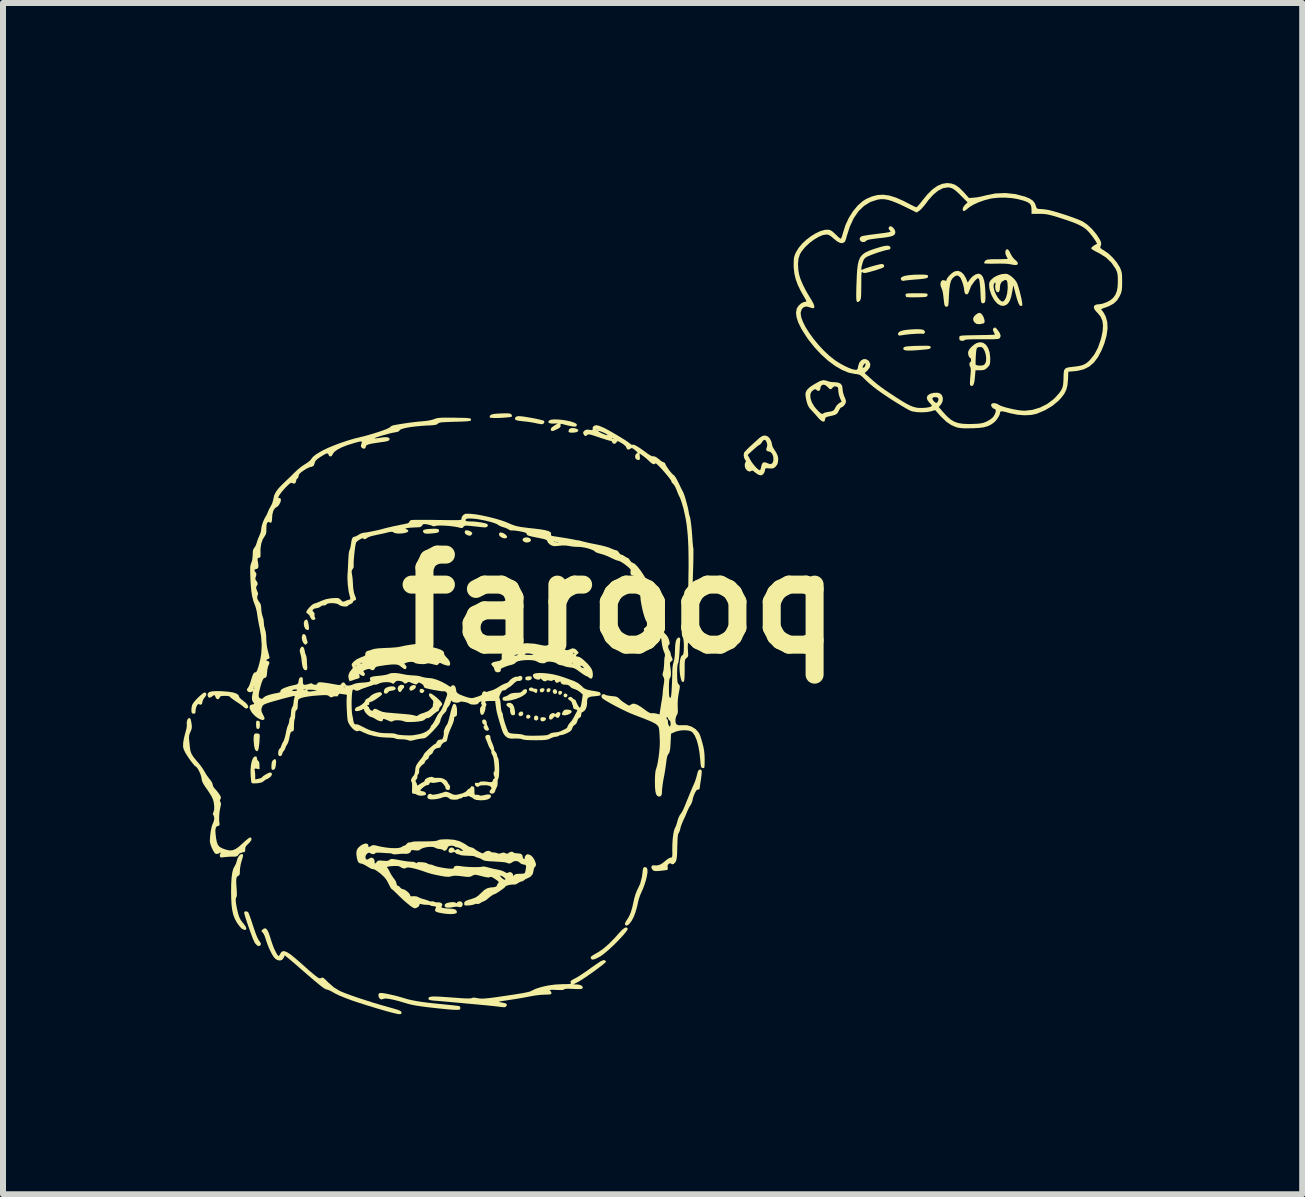
<source format=kicad_pcb>
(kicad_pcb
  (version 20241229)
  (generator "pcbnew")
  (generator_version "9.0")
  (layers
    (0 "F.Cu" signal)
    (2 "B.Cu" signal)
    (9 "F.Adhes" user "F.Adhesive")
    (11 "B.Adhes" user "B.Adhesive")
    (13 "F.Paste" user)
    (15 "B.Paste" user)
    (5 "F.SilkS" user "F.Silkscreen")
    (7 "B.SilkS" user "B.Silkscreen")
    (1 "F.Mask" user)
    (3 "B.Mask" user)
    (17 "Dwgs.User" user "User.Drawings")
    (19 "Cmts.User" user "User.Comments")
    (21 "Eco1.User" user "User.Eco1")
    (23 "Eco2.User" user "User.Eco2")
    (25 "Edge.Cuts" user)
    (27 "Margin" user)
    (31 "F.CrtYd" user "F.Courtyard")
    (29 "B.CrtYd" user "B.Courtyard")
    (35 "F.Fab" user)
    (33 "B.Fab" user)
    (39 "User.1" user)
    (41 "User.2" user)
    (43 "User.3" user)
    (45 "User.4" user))
  (footprint "farooq"
    (layer "F.Cu")
    (at 7.272 7.012)
    (property "Reference" "farooq" (at 0 0 0) (layer "F.SilkS") (effects (font (size 1.5 1.5) (thickness 0.3))))
    (attr board_only exclude_from_pos_files exclude_from_bom)
    (fp_poly (pts (xy -1.492 1.854) (xy -1.483 1.877) (xy -1.493 1.899) (xy -1.521 1.914) (xy -1.546 1.906) (xy -1.555 1.894) (xy -1.555 1.863) (xy -1.533 1.846) (xy -1.518 1.844)) (stroke (width 0) (type solid)) (fill yes) (layer "F.SilkS"))
    (fp_poly (pts (xy -1.154 1.411) (xy -1.151 1.436) (xy -1.164 1.462) (xy -1.186 1.473) (xy -1.208 1.466) (xy -1.214 1.455) (xy -1.215 1.424) (xy -1.193 1.406) (xy -1.175 1.404)) (stroke (width 0) (type solid)) (fill yes) (layer "F.SilkS"))
    (fp_poly (pts (xy -1.364 1.869) (xy -1.352 1.898) (xy -1.356 1.922) (xy -1.376 1.94) (xy -1.39 1.943) (xy -1.416 1.933) (xy -1.423 1.922) (xy -1.426 1.888) (xy -1.409 1.864) (xy -1.39 1.858)) (stroke (width 0) (type solid)) (fill yes) (layer "F.SilkS"))
    (fp_poly (pts (xy -1.256 1.409) (xy -1.25 1.428) (xy -1.251 1.436) (xy -1.264 1.461) (xy -1.29 1.473) (xy -1.315 1.47) (xy -1.327 1.455) (xy -1.329 1.425) (xy -1.306 1.407) (xy -1.282 1.404)) (stroke (width 0) (type solid)) (fill yes) (layer "F.SilkS"))
    (fp_poly (pts (xy -0.963 1.455) (xy -0.955 1.477) (xy -0.965 1.497) (xy -0.989 1.516) (xy -1.01 1.509) (xy -1.012 1.508) (xy -1.022 1.483) (xy -1.015 1.458) (xy -0.994 1.447) (xy -0.994 1.447)) (stroke (width 0) (type solid)) (fill yes) (layer "F.SilkS"))
    (fp_poly (pts (xy -0.877 1.501) (xy -0.867 1.523) (xy -0.868 1.528) (xy -0.882 1.551) (xy -0.906 1.557) (xy -0.927 1.545) (xy -0.931 1.539) (xy -0.931 1.511) (xy -0.925 1.5) (xy -0.901 1.491)) (stroke (width 0) (type solid)) (fill yes) (layer "F.SilkS"))
    (fp_poly (pts (xy -3.402 1.357) (xy -3.391 1.376) (xy -3.401 1.403) (xy -3.424 1.424) (xy -3.46 1.443) (xy -3.484 1.444) (xy -3.494 1.437) (xy -3.503 1.41) (xy -3.491 1.381) (xy -3.468 1.362) (xy -3.429 1.35)) (stroke (width 0) (type solid)) (fill yes) (layer "F.SilkS"))
    (fp_poly (pts (xy -1.615 1.798) (xy -1.603 1.824) (xy -1.603 1.828) (xy -1.613 1.855) (xy -1.637 1.869) (xy -1.664 1.869) (xy -1.683 1.85) (xy -1.683 1.85) (xy -1.681 1.823) (xy -1.669 1.805) (xy -1.641 1.791)) (stroke (width 0) (type solid)) (fill yes) (layer "F.SilkS"))
    (fp_poly (pts (xy -1.475 1.208) (xy -1.463 1.218) (xy -1.463 1.237) (xy -1.474 1.261) (xy -1.503 1.272) (xy -1.514 1.274) (xy -1.553 1.271) (xy -1.568 1.257) (xy -1.57 1.227) (xy -1.547 1.21) (xy -1.509 1.205)) (stroke (width 0) (type solid)) (fill yes) (layer "F.SilkS"))
    (fp_poly (pts (xy -1.054 1.429) (xy -1.04 1.454) (xy -1.042 1.48) (xy -1.051 1.491) (xy -1.078 1.502) (xy -1.097 1.492) (xy -1.105 1.484) (xy -1.114 1.455) (xy -1.104 1.43) (xy -1.077 1.418) (xy -1.077 1.418)) (stroke (width 0) (type solid)) (fill yes) (layer "F.SilkS"))
    (fp_poly (pts (xy -3.286 1.415) (xy -3.267 1.425) (xy -3.25 1.443) (xy -3.257 1.461) (xy -3.261 1.466) (xy -3.281 1.485) (xy -3.302 1.484) (xy -3.315 1.48) (xy -3.33 1.461) (xy -3.33 1.434) (xy -3.315 1.415) (xy -3.313 1.414)) (stroke (width 0) (type solid)) (fill yes) (layer "F.SilkS"))
    (fp_poly (pts (xy -1.943 -1.183) (xy -1.908 -1.163) (xy -1.881 -1.137) (xy -1.872 -1.117) (xy -1.883 -1.098) (xy -1.911 -1.092) (xy -1.948 -1.099) (xy -1.984 -1.119) (xy -2.006 -1.146) (xy -2.008 -1.172) (xy -1.991 -1.189) (xy -1.977 -1.191)) (stroke (width 0) (type solid)) (fill yes) (layer "F.SilkS"))
    (fp_poly (pts (xy -1.525 -1.107) (xy -1.491 -1.092) (xy -1.476 -1.069) (xy -1.481 -1.045) (xy -1.506 -1.03) (xy -1.545 -1.023) (xy -1.572 -1.027) (xy -1.592 -1.036) (xy -1.615 -1.059) (xy -1.614 -1.082) (xy -1.595 -1.1) (xy -1.56 -1.109)) (stroke (width 0) (type solid)) (fill yes) (layer "F.SilkS"))
    (fp_poly (pts (xy -1.239 1.893) (xy -1.224 1.91) (xy -1.234 1.936) (xy -1.234 1.936) (xy -1.262 1.954) (xy -1.294 1.956) (xy -1.309 1.948) (xy -1.318 1.927) (xy -1.319 1.912) (xy -1.311 1.893) (xy -1.282 1.886) (xy -1.277 1.886)) (stroke (width 0) (type solid)) (fill yes) (layer "F.SilkS"))
    (fp_poly (pts (xy -5.204 0.266) (xy -5.191 0.295) (xy -5.18 0.347) (xy -5.173 0.404) (xy -5.179 0.429) (xy -5.199 0.436) (xy -5.224 0.425) (xy -5.239 0.409) (xy -5.256 0.369) (xy -5.261 0.323) (xy -5.252 0.285) (xy -5.241 0.27) (xy -5.22 0.259)) (stroke (width 0) (type solid)) (fill yes) (layer "F.SilkS"))
    (fp_poly (pts (xy -3.6 1.352) (xy -3.589 1.368) (xy -3.588 1.376) (xy -3.593 1.399) (xy -3.599 1.404) (xy -3.612 1.415) (xy -3.624 1.435) (xy -3.645 1.465) (xy -3.668 1.468) (xy -3.688 1.446) (xy -3.697 1.404) (xy -3.683 1.37) (xy -3.65 1.35) (xy -3.631 1.347)) (stroke (width 0) (type solid)) (fill yes) (layer "F.SilkS"))
    (fp_poly (pts (xy -0.861 1.761) (xy -0.819 1.768) (xy -0.799 1.783) (xy -0.797 1.791) (xy -0.805 1.813) (xy -0.833 1.833) (xy -0.871 1.849) (xy -0.911 1.856) (xy -0.944 1.853) (xy -0.958 1.843) (xy -0.957 1.822) (xy -0.943 1.793) (xy -0.923 1.77) (xy -0.897 1.761)) (stroke (width 0) (type solid)) (fill yes) (layer "F.SilkS"))
    (fp_poly (pts (xy -0.754 -2.929) (xy -0.753 -2.929) (xy -0.707 -2.915) (xy -0.686 -2.897) (xy -0.69 -2.878) (xy -0.716 -2.862) (xy -0.763 -2.854) (xy -0.784 -2.853) (xy -0.825 -2.855) (xy -0.845 -2.862) (xy -0.851 -2.878) (xy -0.851 -2.878) (xy -0.839 -2.912) (xy -0.807 -2.93)) (stroke (width 0) (type solid)) (fill yes) (layer "F.SilkS"))
    (fp_poly (pts (xy -5.727 2.594) (xy -5.721 2.629) (xy -5.726 2.681) (xy -5.734 2.727) (xy -5.745 2.751) (xy -5.761 2.762) (xy -5.769 2.763) (xy -5.788 2.763) (xy -5.797 2.752) (xy -5.8 2.723) (xy -5.8 2.698) (xy -5.796 2.647) (xy -5.782 2.614) (xy -5.772 2.602) (xy -5.744 2.585)) (stroke (width 0) (type solid)) (fill yes) (layer "F.SilkS"))
    (fp_poly (pts (xy -5.241 0.51) (xy -5.222 0.538) (xy -5.219 0.556) (xy -5.212 0.591) (xy -5.204 0.612) (xy -5.196 0.642) (xy -5.206 0.66) (xy -5.228 0.678) (xy -5.248 0.673) (xy -5.271 0.644) (xy -5.288 0.605) (xy -5.294 0.565) (xy -5.29 0.531) (xy -5.278 0.507) (xy -5.258 0.501)) (stroke (width 0) (type solid)) (fill yes) (layer "F.SilkS"))
    (fp_poly (pts (xy -2.514 -1.222) (xy -2.48 -1.207) (xy -2.457 -1.188) (xy -2.453 -1.178) (xy -2.463 -1.156) (xy -2.482 -1.139) (xy -2.501 -1.136) (xy -2.501 -1.136) (xy -2.514 -1.14) (xy -2.539 -1.147) (xy -2.567 -1.165) (xy -2.581 -1.193) (xy -2.573 -1.219) (xy -2.571 -1.221) (xy -2.548 -1.228)) (stroke (width 0) (type solid)) (fill yes) (layer "F.SilkS"))
    (fp_poly (pts (xy -6.024 1.945) (xy -6.004 1.952) (xy -5.994 1.97) (xy -5.992 2.007) (xy -5.992 2.014) (xy -5.995 2.057) (xy -6.006 2.078) (xy -6.014 2.082) (xy -6.039 2.08) (xy -6.046 2.076) (xy -6.052 2.057) (xy -6.055 2.02) (xy -6.056 2.003) (xy -6.054 1.965) (xy -6.047 1.948) (xy -6.031 1.945)) (stroke (width 0) (type solid)) (fill yes) (layer "F.SilkS"))
    (fp_poly (pts (xy -1.454 1.393) (xy -1.447 1.4) (xy -1.434 1.409) (xy -1.408 1.412) (xy -1.379 1.416) (xy -1.369 1.435) (xy -1.369 1.445) (xy -1.376 1.477) (xy -1.395 1.485) (xy -1.415 1.472) (xy -1.442 1.459) (xy -1.471 1.454) (xy -1.501 1.445) (xy -1.512 1.425) (xy -1.504 1.404) (xy -1.478 1.392)) (stroke (width 0) (type solid)) (fill yes) (layer "F.SilkS"))
    (fp_poly (pts (xy 6.023 -4.839) (xy 6.048 -4.81) (xy 6.068 -4.772) (xy 6.08 -4.732) (xy 6.083 -4.697) (xy 6.071 -4.676) (xy 6.066 -4.674) (xy 5.997 -4.66) (xy 5.947 -4.666) (xy 5.912 -4.692) (xy 5.892 -4.73) (xy 5.893 -4.765) (xy 5.912 -4.796) (xy 5.945 -4.826) (xy 5.98 -4.847) (xy 5.997 -4.85)) (stroke (width 0) (type solid)) (fill yes) (layer "F.SilkS"))
    (fp_poly (pts (xy -3.756 1.377) (xy -3.753 1.379) (xy -3.73 1.4) (xy -3.733 1.421) (xy -3.757 1.438) (xy -3.798 1.446) (xy -3.809 1.447) (xy -3.839 1.454) (xy -3.852 1.467) (xy -3.874 1.492) (xy -3.908 1.494) (xy -3.911 1.493) (xy -3.926 1.475) (xy -3.925 1.444) (xy -3.91 1.412) (xy -3.882 1.393) (xy -3.839 1.378) (xy -3.793 1.372)) (stroke (width 0) (type solid)) (fill yes) (layer "F.SilkS"))
    (fp_poly (pts (xy -3.046 -1.251) (xy -3.021 -1.246) (xy -3.009 -1.235) (xy -3.007 -1.219) (xy -3.01 -1.203) (xy -3.024 -1.191) (xy -3.052 -1.183) (xy -3.1 -1.177) (xy -3.158 -1.172) (xy -3.214 -1.17) (xy -3.248 -1.176) (xy -3.263 -1.185) (xy -3.276 -1.212) (xy -3.266 -1.231) (xy -3.23 -1.243) (xy -3.168 -1.25) (xy -3.158 -1.25) (xy -3.09 -1.253)) (stroke (width 0) (type solid)) (fill yes) (layer "F.SilkS"))
    (fp_poly (pts (xy -6.038 2.158) (xy -6.008 2.163) (xy -5.996 2.176) (xy -5.994 2.206) (xy -5.995 2.219) (xy -6.001 2.316) (xy -6.009 2.385) (xy -6.019 2.43) (xy -6.032 2.452) (xy -6.048 2.452) (xy -6.069 2.434) (xy -6.079 2.408) (xy -6.088 2.363) (xy -6.094 2.308) (xy -6.097 2.254) (xy -6.095 2.208) (xy -6.093 2.192) (xy -6.082 2.166) (xy -6.061 2.157)) (stroke (width 0) (type solid)) (fill yes) (layer "F.SilkS"))
    (fp_poly (pts (xy -1.812 1.65) (xy -1.78 1.672) (xy -1.756 1.718) (xy -1.743 1.783) (xy -1.742 1.794) (xy -1.741 1.831) (xy -1.749 1.849) (xy -1.769 1.855) (xy -1.797 1.851) (xy -1.815 1.824) (xy -1.816 1.821) (xy -1.824 1.785) (xy -1.823 1.759) (xy -1.827 1.735) (xy -1.851 1.719) (xy -1.88 1.697) (xy -1.885 1.673) (xy -1.871 1.654) (xy -1.839 1.647)) (stroke (width 0) (type solid)) (fill yes) (layer "F.SilkS"))
    (fp_poly (pts (xy -2.234 1.932) (xy -2.217 1.955) (xy -2.214 1.976) (xy -2.21 2.009) (xy -2.193 2.045) (xy -2.178 2.076) (xy -2.176 2.098) (xy -2.177 2.098) (xy -2.199 2.113) (xy -2.228 2.108) (xy -2.253 2.085) (xy -2.258 2.077) (xy -2.267 2.048) (xy -2.26 2.031) (xy -2.254 2.027) (xy -2.243 2.016) (xy -2.251 2.014) (xy -2.274 2.002) (xy -2.288 1.974) (xy -2.288 1.945) (xy -2.283 1.935) (xy -2.259 1.923)) (stroke (width 0) (type solid)) (fill yes) (layer "F.SilkS"))
    (fp_poly (pts (xy -1.858 -3.176) (xy -1.829 -3.172) (xy -1.811 -3.165) (xy -1.802 -3.157) (xy -1.791 -3.132) (xy -1.795 -3.121) (xy -1.816 -3.114) (xy -1.857 -3.109) (xy -1.912 -3.104) (xy -1.974 -3.1) (xy -2.036 -3.098) (xy -2.093 -3.098) (xy -2.137 -3.1) (xy -2.161 -3.105) (xy -2.163 -3.107) (xy -2.162 -3.128) (xy -2.151 -3.145) (xy -2.131 -3.156) (xy -2.096 -3.165) (xy -2.041 -3.17) (xy -1.975 -3.174) (xy -1.905 -3.176)) (stroke (width 0) (type solid)) (fill yes) (layer "F.SilkS"))
    (fp_poly (pts (xy 5.068 -5.487) (xy 5.111 -5.483) (xy 5.133 -5.476) (xy 5.138 -5.469) (xy 5.141 -5.451) (xy 5.132 -5.436) (xy 5.107 -5.425) (xy 5.062 -5.417) (xy 4.994 -5.41) (xy 4.942 -5.406) (xy 4.871 -5.4) (xy 4.809 -5.394) (xy 4.762 -5.389) (xy 4.737 -5.384) (xy 4.736 -5.383) (xy 4.708 -5.385) (xy 4.694 -5.396) (xy 4.684 -5.423) (xy 4.701 -5.446) (xy 4.744 -5.464) (xy 4.814 -5.477) (xy 4.908 -5.485) (xy 5.001 -5.487)) (stroke (width 0) (type solid)) (fill yes) (layer "F.SilkS"))
    (fp_poly (pts (xy -0.988 1.812) (xy -0.986 1.814) (xy -0.986 1.837) (xy -0.997 1.867) (xy -1.014 1.892) (xy -1.028 1.9) (xy -1.051 1.891) (xy -1.062 1.883) (xy -1.079 1.874) (xy -1.096 1.888) (xy -1.102 1.897) (xy -1.129 1.923) (xy -1.156 1.927) (xy -1.171 1.914) (xy -1.175 1.89) (xy -1.171 1.864) (xy -1.154 1.838) (xy -1.126 1.821) (xy -1.097 1.817) (xy -1.078 1.829) (xy -1.067 1.837) (xy -1.059 1.824) (xy -1.04 1.806) (xy -1.011 1.801)) (stroke (width 0) (type solid)) (fill yes) (layer "F.SilkS"))
    (fp_poly (pts (xy 4.984 -4.577) (xy 5.035 -4.573) (xy 5.066 -4.565) (xy 5.069 -4.563) (xy 5.088 -4.537) (xy 5.085 -4.513) (xy 5.064 -4.5) (xy 5.043 -4.501) (xy 5.016 -4.503) (xy 4.968 -4.502) (xy 4.907 -4.499) (xy 4.841 -4.494) (xy 4.778 -4.487) (xy 4.724 -4.48) (xy 4.691 -4.474) (xy 4.661 -4.471) (xy 4.648 -4.476) (xy 4.637 -4.501) (xy 4.653 -4.527) (xy 4.686 -4.546) (xy 4.727 -4.558) (xy 4.785 -4.567) (xy 4.852 -4.573) (xy 4.92 -4.577)) (stroke (width 0) (type solid)) (fill yes) (layer "F.SilkS"))
    (fp_poly (pts (xy 5.148 -4.3) (xy 5.17 -4.297) (xy 5.18 -4.291) (xy 5.183 -4.281) (xy 5.184 -4.276) (xy 5.18 -4.261) (xy 5.166 -4.251) (xy 5.135 -4.244) (xy 5.084 -4.238) (xy 4.967 -4.228) (xy 4.876 -4.222) (xy 4.808 -4.221) (xy 4.763 -4.225) (xy 4.738 -4.233) (xy 4.735 -4.236) (xy 4.726 -4.258) (xy 4.738 -4.276) (xy 4.755 -4.284) (xy 4.789 -4.291) (xy 4.843 -4.295) (xy 4.921 -4.299) (xy 4.971 -4.3) (xy 5.053 -4.301) (xy 5.11 -4.302)) (stroke (width 0) (type solid)) (fill yes) (layer "F.SilkS"))
    (fp_poly (pts (xy -2.641 4.958) (xy -2.63 4.964) (xy -2.612 4.992) (xy -2.615 5.022) (xy -2.632 5.046) (xy -2.659 5.055) (xy -2.682 5.048) (xy -2.709 5.044) (xy -2.75 5.047) (xy -2.759 5.049) (xy -2.829 5.061) (xy -2.88 5.06) (xy -2.909 5.047) (xy -2.913 5.04) (xy -2.913 5.01) (xy -2.887 4.987) (xy -2.834 4.973) (xy -2.821 4.971) (xy -2.764 4.967) (xy -2.731 4.977) (xy -2.73 4.978) (xy -2.712 4.987) (xy -2.709 4.981) (xy -2.697 4.964) (xy -2.67 4.955)) (stroke (width 0) (type solid)) (fill yes) (layer "F.SilkS"))
    (fp_poly (pts (xy 5.026 -5.176) (xy 5.077 -5.175) (xy 5.109 -5.173) (xy 5.126 -5.168) (xy 5.132 -5.16) (xy 5.132 -5.148) (xy 5.131 -5.145) (xy 5.128 -5.131) (xy 5.12 -5.122) (xy 5.101 -5.116) (xy 5.068 -5.112) (xy 5.016 -5.11) (xy 4.956 -5.109) (xy 4.889 -5.108) (xy 4.832 -5.109) (xy 4.793 -5.111) (xy 4.775 -5.115) (xy 4.775 -5.115) (xy 4.767 -5.136) (xy 4.765 -5.15) (xy 4.767 -5.161) (xy 4.777 -5.168) (xy 4.798 -5.173) (xy 4.835 -5.175) (xy 4.893 -5.176) (xy 4.951 -5.176)) (stroke (width 0) (type solid)) (fill yes) (layer "F.SilkS"))
    (fp_poly (pts (xy -5.258 0.734) (xy -5.247 0.773) (xy -5.239 0.815) (xy -5.228 0.847) (xy -5.226 0.851) (xy -5.217 0.877) (xy -5.211 0.919) (xy -5.209 0.95) (xy -5.207 1.001) (xy -5.204 1.046) (xy -5.202 1.064) (xy -5.207 1.094) (xy -5.226 1.106) (xy -5.25 1.099) (xy -5.271 1.073) (xy -5.274 1.068) (xy -5.284 1.031) (xy -5.293 0.98) (xy -5.296 0.95) (xy -5.302 0.896) (xy -5.313 0.845) (xy -5.319 0.825) (xy -5.329 0.781) (xy -5.321 0.745) (xy -5.32 0.742) (xy -5.299 0.714) (xy -5.277 0.712)) (stroke (width 0) (type solid)) (fill yes) (layer "F.SilkS"))
    (fp_poly (pts (xy -1.633 -3.126) (xy -1.579 -3.119) (xy -1.515 -3.108) (xy -1.446 -3.096) (xy -1.38 -3.083) (xy -1.323 -3.07) (xy -1.281 -3.059) (xy -1.259 -3.051) (xy -1.258 -3.051) (xy -1.252 -3.029) (xy -1.264 -3.006) (xy -1.289 -2.994) (xy -1.296 -2.994) (xy -1.326 -2.998) (xy -1.372 -3.006) (xy -1.411 -3.015) (xy -1.468 -3.025) (xy -1.539 -3.036) (xy -1.609 -3.043) (xy -1.614 -3.044) (xy -1.683 -3.052) (xy -1.725 -3.063) (xy -1.743 -3.079) (xy -1.739 -3.101) (xy -1.73 -3.113) (xy -1.712 -3.125) (xy -1.679 -3.129)) (stroke (width 0) (type solid)) (fill yes) (layer "F.SilkS"))
    (fp_poly (pts (xy -1.545 1.429) (xy -1.542 1.436) (xy -1.543 1.469) (xy -1.568 1.501) (xy -1.619 1.536) (xy -1.667 1.56) (xy -1.731 1.584) (xy -1.795 1.602) (xy -1.855 1.613) (xy -1.904 1.615) (xy -1.937 1.608) (xy -1.946 1.599) (xy -1.948 1.567) (xy -1.928 1.548) (xy -1.915 1.546) (xy -1.888 1.537) (xy -1.853 1.517) (xy -1.849 1.514) (xy -1.816 1.494) (xy -1.773 1.484) (xy -1.725 1.481) (xy -1.675 1.479) (xy -1.645 1.472) (xy -1.626 1.458) (xy -1.62 1.45) (xy -1.595 1.426) (xy -1.566 1.419)) (stroke (width 0) (type solid)) (fill yes) (layer "F.SilkS"))
    (fp_poly (pts (xy 0.136 5.409) (xy 0.136 5.409) (xy 0.131 5.43) (xy 0.107 5.465) (xy 0.068 5.512) (xy 0.018 5.567) (xy -0.039 5.627) (xy -0.101 5.688) (xy -0.164 5.747) (xy -0.225 5.8) (xy -0.279 5.844) (xy -0.324 5.875) (xy -0.337 5.882) (xy -0.396 5.912) (xy -0.437 5.925) (xy -0.462 5.924) (xy -0.477 5.907) (xy -0.478 5.905) (xy -0.481 5.892) (xy -0.477 5.88) (xy -0.461 5.865) (xy -0.43 5.845) (xy -0.38 5.816) (xy -0.353 5.801) (xy -0.27 5.744) (xy -0.176 5.662) (xy -0.072 5.556) (xy -0.01 5.485) (xy 0.045 5.427) (xy 0.087 5.396) (xy 0.118 5.389)) (stroke (width 0) (type solid)) (fill yes) (layer "F.SilkS"))
    (fp_poly (pts (xy -6.889 1.484) (xy -6.884 1.508) (xy -6.898 1.541) (xy -6.912 1.558) (xy -6.937 1.594) (xy -6.949 1.63) (xy -6.949 1.634) (xy -6.957 1.666) (xy -6.977 1.68) (xy -7.001 1.673) (xy -7.003 1.671) (xy -7.02 1.669) (xy -7.038 1.687) (xy -7.053 1.72) (xy -7.062 1.761) (xy -7.063 1.776) (xy -7.066 1.812) (xy -7.077 1.827) (xy -7.089 1.829) (xy -7.116 1.825) (xy -7.124 1.82) (xy -7.132 1.797) (xy -7.133 1.758) (xy -7.128 1.713) (xy -7.119 1.679) (xy -7.102 1.651) (xy -7.071 1.612) (xy -7.032 1.57) (xy -6.99 1.53) (xy -6.952 1.497) (xy -6.923 1.478) (xy -6.914 1.475)) (stroke (width 0) (type solid)) (fill yes) (layer "F.SilkS"))
    (fp_poly (pts (xy -6.194 5.131) (xy -6.187 5.137) (xy -6.177 5.157) (xy -6.162 5.198) (xy -6.141 5.255) (xy -6.119 5.322) (xy -6.114 5.337) (xy -6.082 5.433) (xy -6.056 5.507) (xy -6.033 5.561) (xy -6.012 5.601) (xy -5.991 5.63) (xy -5.988 5.633) (xy -5.974 5.664) (xy -5.983 5.689) (xy -6.01 5.701) (xy -6.013 5.701) (xy -6.04 5.689) (xy -6.071 5.655) (xy -6.076 5.648) (xy -6.09 5.62) (xy -6.111 5.571) (xy -6.135 5.508) (xy -6.161 5.436) (xy -6.188 5.361) (xy -6.212 5.289) (xy -6.233 5.224) (xy -6.247 5.174) (xy -6.254 5.143) (xy -6.254 5.139) (xy -6.244 5.124) (xy -6.219 5.121)) (stroke (width 0) (type solid)) (fill yes) (layer "F.SilkS"))
    (fp_poly (pts (xy -1.027 -3.073) (xy -0.958 -3.067) (xy -0.887 -3.056) (xy -0.822 -3.042) (xy -0.767 -3.025) (xy -0.727 -3.007) (xy -0.71 -2.988) (xy -0.709 -2.984) (xy -0.721 -2.961) (xy -0.731 -2.955) (xy -0.755 -2.954) (xy -0.799 -2.96) (xy -0.856 -2.972) (xy -0.92 -2.988) (xy -0.966 -3) (xy -0.982 -2.999) (xy -0.983 -2.978) (xy -0.983 -2.975) (xy -0.983 -2.953) (xy -0.999 -2.935) (xy -1.035 -2.914) (xy -1.042 -2.911) (xy -1.087 -2.89) (xy -1.114 -2.881) (xy -1.131 -2.882) (xy -1.139 -2.888) (xy -1.148 -2.912) (xy -1.131 -2.94) (xy -1.088 -2.971) (xy -1.028 -3.008) (xy -1.096 -3.004) (xy -1.147 -3.006) (xy -1.179 -3.017) (xy -1.188 -3.034) (xy -1.172 -3.056) (xy -1.17 -3.058) (xy -1.139 -3.07) (xy -1.089 -3.075)) (stroke (width 0) (type solid)) (fill yes) (layer "F.SilkS"))
    (fp_poly (pts (xy 0.447 4.389) (xy 0.464 4.419) (xy 0.466 4.472) (xy 0.453 4.549) (xy 0.438 4.608) (xy 0.417 4.675) (xy 0.391 4.745) (xy 0.367 4.799) (xy 0.341 4.859) (xy 0.32 4.923) (xy 0.31 4.962) (xy 0.299 5.017) (xy 0.281 5.084) (xy 0.262 5.148) (xy 0.261 5.149) (xy 0.235 5.217) (xy 0.204 5.276) (xy 0.172 5.321) (xy 0.141 5.35) (xy 0.114 5.36) (xy 0.094 5.348) (xy 0.09 5.339) (xy 0.093 5.316) (xy 0.111 5.281) (xy 0.121 5.267) (xy 0.157 5.209) (xy 0.188 5.138) (xy 0.214 5.049) (xy 0.234 4.957) (xy 0.249 4.892) (xy 0.268 4.83) (xy 0.287 4.782) (xy 0.292 4.772) (xy 0.344 4.661) (xy 0.374 4.543) (xy 0.381 4.489) (xy 0.387 4.435) (xy 0.395 4.404) (xy 0.406 4.388) (xy 0.417 4.385)) (stroke (width 0) (type solid)) (fill yes) (layer "F.SilkS"))
    (fp_poly (pts (xy 4.531 -6.289) (xy 4.56 -6.267) (xy 4.584 -6.234) (xy 4.595 -6.198) (xy 4.595 -6.195) (xy 4.591 -6.169) (xy 4.577 -6.149) (xy 4.549 -6.132) (xy 4.504 -6.119) (xy 4.438 -6.107) (xy 4.349 -6.096) (xy 4.326 -6.094) (xy 4.239 -6.083) (xy 4.177 -6.074) (xy 4.137 -6.065) (xy 4.115 -6.055) (xy 4.109 -6.049) (xy 4.086 -6.032) (xy 4.051 -6.029) (xy 4.019 -6.042) (xy 4.016 -6.044) (xy 4 -6.076) (xy 4.008 -6.107) (xy 4.032 -6.125) (xy 4.057 -6.132) (xy 4.105 -6.14) (xy 4.168 -6.15) (xy 4.24 -6.159) (xy 4.255 -6.161) (xy 4.35 -6.173) (xy 4.421 -6.182) (xy 4.469 -6.19) (xy 4.499 -6.196) (xy 4.514 -6.202) (xy 4.516 -6.208) (xy 4.51 -6.215) (xy 4.506 -6.219) (xy 4.485 -6.245) (xy 4.485 -6.273) (xy 4.504 -6.292)) (stroke (width 0) (type solid)) (fill yes) (layer "F.SilkS"))
    (fp_poly (pts (xy 6.475 -5.903) (xy 6.497 -5.872) (xy 6.513 -5.839) (xy 6.541 -5.789) (xy 6.575 -5.747) (xy 6.593 -5.731) (xy 6.626 -5.7) (xy 6.637 -5.672) (xy 6.628 -5.652) (xy 6.598 -5.646) (xy 6.558 -5.65) (xy 6.51 -5.659) (xy 6.502 -5.661) (xy 6.466 -5.666) (xy 6.409 -5.669) (xy 6.34 -5.67) (xy 6.265 -5.669) (xy 6.264 -5.669) (xy 6.195 -5.668) (xy 6.137 -5.669) (xy 6.096 -5.671) (xy 6.076 -5.675) (xy 6.075 -5.676) (xy 6.077 -5.695) (xy 6.092 -5.716) (xy 6.105 -5.728) (xy 6.124 -5.736) (xy 6.154 -5.74) (xy 6.2 -5.743) (xy 6.267 -5.744) (xy 6.292 -5.744) (xy 6.359 -5.744) (xy 6.414 -5.746) (xy 6.452 -5.748) (xy 6.467 -5.751) (xy 6.467 -5.751) (xy 6.46 -5.767) (xy 6.445 -5.793) (xy 6.43 -5.83) (xy 6.428 -5.869) (xy 6.438 -5.899) (xy 6.455 -5.911)) (stroke (width 0) (type solid)) (fill yes) (layer "F.SilkS"))
    (fp_poly (pts (xy 6.266 -4.601) (xy 6.289 -4.578) (xy 6.298 -4.567) (xy 6.337 -4.51) (xy 6.35 -4.465) (xy 6.337 -4.431) (xy 6.335 -4.429) (xy 6.324 -4.421) (xy 6.304 -4.415) (xy 6.272 -4.412) (xy 6.225 -4.41) (xy 6.158 -4.409) (xy 6.067 -4.409) (xy 6.037 -4.409) (xy 5.928 -4.41) (xy 5.844 -4.408) (xy 5.787 -4.405) (xy 5.756 -4.4) (xy 5.751 -4.397) (xy 5.73 -4.384) (xy 5.698 -4.384) (xy 5.671 -4.393) (xy 5.664 -4.403) (xy 5.66 -4.434) (xy 5.661 -4.449) (xy 5.665 -4.457) (xy 5.674 -4.464) (xy 5.693 -4.469) (xy 5.725 -4.472) (xy 5.774 -4.475) (xy 5.842 -4.476) (xy 5.935 -4.478) (xy 5.96 -4.478) (xy 6.048 -4.48) (xy 6.125 -4.481) (xy 6.188 -4.483) (xy 6.232 -4.485) (xy 6.253 -4.487) (xy 6.254 -4.487) (xy 6.248 -4.502) (xy 6.234 -4.531) (xy 6.233 -4.533) (xy 6.22 -4.563) (xy 6.223 -4.582) (xy 6.234 -4.595) (xy 6.25 -4.606)) (stroke (width 0) (type solid)) (fill yes) (layer "F.SilkS"))
    (fp_poly (pts (xy -6.644 1.453) (xy -6.53 1.461) (xy -6.442 1.474) (xy -6.381 1.494) (xy -6.347 1.52) (xy -6.339 1.543) (xy -6.328 1.564) (xy -6.299 1.592) (xy -6.276 1.609) (xy -6.226 1.649) (xy -6.195 1.686) (xy -6.186 1.717) (xy -6.19 1.729) (xy -6.212 1.744) (xy -6.241 1.736) (xy -6.255 1.723) (xy -6.274 1.706) (xy -6.311 1.678) (xy -6.359 1.645) (xy -6.384 1.629) (xy -6.432 1.596) (xy -6.47 1.568) (xy -6.492 1.549) (xy -6.495 1.544) (xy -6.508 1.537) (xy -6.541 1.533) (xy -6.575 1.532) (xy -6.621 1.533) (xy -6.647 1.539) (xy -6.659 1.552) (xy -6.661 1.56) (xy -6.678 1.584) (xy -6.702 1.587) (xy -6.724 1.57) (xy -6.731 1.553) (xy -6.741 1.525) (xy -6.757 1.52) (xy -6.784 1.538) (xy -6.793 1.546) (xy -6.826 1.563) (xy -6.852 1.554) (xy -6.864 1.523) (xy -6.864 1.516) (xy -6.857 1.488) (xy -6.834 1.468) (xy -6.791 1.457) (xy -6.726 1.452)) (stroke (width 0) (type solid)) (fill yes) (layer "F.SilkS"))
    (fp_poly (pts (xy -3.935 6.485) (xy -3.871 6.496) (xy -3.795 6.513) (xy -3.712 6.533) (xy -3.629 6.556) (xy -3.589 6.568) (xy -3.529 6.586) (xy -3.464 6.601) (xy -3.392 6.615) (xy -3.307 6.629) (xy -3.206 6.642) (xy -3.086 6.656) (xy -2.942 6.67) (xy -2.915 6.673) (xy -2.835 6.681) (xy -2.765 6.688) (xy -2.71 6.695) (xy -2.674 6.7) (xy -2.663 6.703) (xy -2.654 6.721) (xy -2.652 6.737) (xy -2.656 6.753) (xy -2.671 6.761) (xy -2.705 6.763) (xy -2.726 6.763) (xy -2.777 6.761) (xy -2.843 6.756) (xy -2.911 6.75) (xy -2.921 6.749) (xy -3.072 6.733) (xy -3.198 6.719) (xy -3.303 6.705) (xy -3.389 6.692) (xy -3.462 6.678) (xy -3.523 6.663) (xy -3.567 6.65) (xy -3.672 6.619) (xy -3.764 6.595) (xy -3.84 6.58) (xy -3.896 6.574) (xy -3.931 6.578) (xy -3.936 6.581) (xy -3.966 6.591) (xy -3.995 6.577) (xy -4.012 6.549) (xy -4.019 6.509) (xy -4.004 6.486) (xy -3.978 6.481)) (stroke (width 0) (type solid)) (fill yes) (layer "F.SilkS"))
    (fp_poly (pts (xy -6.049 2.543) (xy -6.042 2.564) (xy -6.042 2.572) (xy -6.034 2.601) (xy -6.02 2.615) (xy -6.005 2.633) (xy -5.999 2.675) (xy -5.999 2.689) (xy -5.999 2.755) (xy -6.043 2.746) (xy -6.073 2.742) (xy -6.082 2.75) (xy -6.079 2.769) (xy -6.073 2.804) (xy -6.07 2.85) (xy -6.07 2.862) (xy -6.07 2.923) (xy -6.017 2.913) (xy -5.981 2.904) (xy -5.96 2.893) (xy -5.959 2.89) (xy -5.943 2.873) (xy -5.91 2.85) (xy -5.872 2.828) (xy -5.838 2.812) (xy -5.822 2.808) (xy -5.796 2.817) (xy -5.791 2.84) (xy -5.805 2.869) (xy -5.823 2.887) (xy -5.855 2.909) (xy -5.879 2.921) (xy -5.881 2.921) (xy -5.903 2.931) (xy -5.926 2.951) (xy -5.957 2.972) (xy -6.006 2.984) (xy -6.038 2.988) (xy -6.084 2.99) (xy -6.118 2.988) (xy -6.13 2.984) (xy -6.135 2.965) (xy -6.14 2.925) (xy -6.145 2.871) (xy -6.146 2.851) (xy -6.148 2.766) (xy -6.141 2.688) (xy -6.128 2.622) (xy -6.109 2.573) (xy -6.085 2.545) (xy -6.073 2.541)) (stroke (width 0) (type solid)) (fill yes) (layer "F.SilkS"))
    (fp_poly (pts (xy -6.284 4.168) (xy -6.274 4.179) (xy -6.273 4.199) (xy -6.281 4.233) (xy -6.294 4.275) (xy -6.311 4.337) (xy -6.322 4.402) (xy -6.325 4.445) (xy -6.327 4.492) (xy -6.334 4.517) (xy -6.349 4.529) (xy -6.352 4.531) (xy -6.369 4.541) (xy -6.381 4.561) (xy -6.386 4.595) (xy -6.386 4.648) (xy -6.381 4.723) (xy -6.38 4.737) (xy -6.376 4.805) (xy -6.376 4.855) (xy -6.381 4.882) (xy -6.383 4.885) (xy -6.393 4.906) (xy -6.395 4.943) (xy -6.388 5) (xy -6.374 5.075) (xy -6.355 5.157) (xy -6.335 5.219) (xy -6.31 5.268) (xy -6.276 5.313) (xy -6.261 5.331) (xy -6.23 5.374) (xy -6.218 5.407) (xy -6.225 5.428) (xy -6.248 5.432) (xy -6.285 5.415) (xy -6.294 5.41) (xy -6.318 5.386) (xy -6.349 5.347) (xy -6.376 5.308) (xy -6.409 5.248) (xy -6.434 5.183) (xy -6.452 5.107) (xy -6.464 5.016) (xy -6.47 4.905) (xy -6.472 4.801) (xy -6.47 4.665) (xy -6.463 4.555) (xy -6.451 4.469) (xy -6.433 4.406) (xy -6.412 4.368) (xy -6.392 4.329) (xy -6.377 4.283) (xy -6.376 4.279) (xy -6.362 4.233) (xy -6.339 4.195) (xy -6.312 4.171) (xy -6.288 4.166)) (stroke (width 0) (type solid)) (fill yes) (layer "F.SilkS"))
    (fp_poly (pts (xy 6.46 -5.497) (xy 6.499 -5.478) (xy 6.545 -5.443) (xy 6.587 -5.401) (xy 6.616 -5.36) (xy 6.632 -5.323) (xy 6.649 -5.27) (xy 6.667 -5.207) (xy 6.683 -5.142) (xy 6.697 -5.08) (xy 6.707 -5.026) (xy 6.711 -4.988) (xy 6.708 -4.972) (xy 6.688 -4.962) (xy 6.667 -4.974) (xy 6.646 -5.011) (xy 6.624 -5.073) (xy 6.603 -5.149) (xy 6.561 -5.31) (xy 6.542 -5.2) (xy 6.524 -5.114) (xy 6.502 -5.051) (xy 6.474 -5.008) (xy 6.45 -4.986) (xy 6.399 -4.965) (xy 6.345 -4.973) (xy 6.291 -5.007) (xy 6.24 -5.066) (xy 6.198 -5.143) (xy 6.169 -5.227) (xy 6.16 -5.278) (xy 6.158 -5.318) (xy 6.233 -5.318) (xy 6.233 -5.273) (xy 6.246 -5.218) (xy 6.27 -5.16) (xy 6.302 -5.106) (xy 6.333 -5.068) (xy 6.364 -5.042) (xy 6.386 -5.037) (xy 6.409 -5.054) (xy 6.414 -5.059) (xy 6.439 -5.104) (xy 6.457 -5.169) (xy 6.466 -5.248) (xy 6.467 -5.283) (xy 6.464 -5.345) (xy 6.455 -5.382) (xy 6.439 -5.397) (xy 6.416 -5.395) (xy 6.368 -5.367) (xy 6.344 -5.324) (xy 6.339 -5.289) (xy 6.335 -5.231) (xy 6.321 -5.199) (xy 6.303 -5.191) (xy 6.279 -5.203) (xy 6.263 -5.237) (xy 6.258 -5.283) (xy 6.26 -5.308) (xy 6.265 -5.343) (xy 6.262 -5.355) (xy 6.25 -5.349) (xy 6.247 -5.346) (xy 6.233 -5.318) (xy 6.158 -5.318) (xy 6.157 -5.327) (xy 6.163 -5.36) (xy 6.179 -5.388) (xy 6.183 -5.393) (xy 6.231 -5.437) (xy 6.295 -5.472) (xy 6.364 -5.494) (xy 6.43 -5.501)) (stroke (width 0) (type solid)) (fill yes) (layer "F.SilkS"))
    (fp_poly (pts (xy 6.061 -4.35) (xy 6.107 -4.316) (xy 6.142 -4.261) (xy 6.166 -4.189) (xy 6.176 -4.101) (xy 6.176 -4.089) (xy 6.175 -4.034) (xy 6.171 -3.999) (xy 6.16 -3.973) (xy 6.14 -3.949) (xy 6.13 -3.939) (xy 6.098 -3.911) (xy 6.068 -3.898) (xy 6.027 -3.893) (xy 6.007 -3.893) (xy 5.931 -3.893) (xy 5.921 -3.78) (xy 5.913 -3.709) (xy 5.902 -3.664) (xy 5.887 -3.639) (xy 5.866 -3.631) (xy 5.864 -3.631) (xy 5.843 -3.642) (xy 5.84 -3.648) (xy 5.838 -3.67) (xy 5.839 -3.712) (xy 5.843 -3.767) (xy 5.846 -3.799) (xy 5.852 -3.873) (xy 5.851 -3.921) (xy 5.845 -3.946) (xy 5.844 -3.947) (xy 5.832 -3.97) (xy 5.829 -3.999) (xy 5.834 -4.022) (xy 5.839 -4.025) (xy 5.932 -4.025) (xy 5.933 -3.993) (xy 5.935 -3.985) (xy 5.954 -3.977) (xy 5.989 -3.971) (xy 6.007 -3.971) (xy 6.05 -3.974) (xy 6.077 -3.987) (xy 6.093 -4.007) (xy 6.107 -4.048) (xy 6.108 -4.101) (xy 6.1 -4.16) (xy 6.083 -4.214) (xy 6.059 -4.257) (xy 6.034 -4.278) (xy 6.004 -4.281) (xy 5.98 -4.278) (xy 5.964 -4.272) (xy 5.953 -4.26) (xy 5.946 -4.237) (xy 5.941 -4.196) (xy 5.936 -4.134) (xy 5.933 -4.074) (xy 5.932 -4.025) (xy 5.839 -4.025) (xy 5.843 -4.028) (xy 5.854 -4.04) (xy 5.857 -4.063) (xy 5.852 -4.09) (xy 5.843 -4.099) (xy 5.826 -4.111) (xy 5.813 -4.141) (xy 5.807 -4.178) (xy 5.809 -4.204) (xy 5.83 -4.245) (xy 5.869 -4.289) (xy 5.918 -4.328) (xy 5.951 -4.347) (xy 6.009 -4.361)) (stroke (width 0) (type solid)) (fill yes) (layer "F.SilkS"))
    (fp_poly (pts (xy 4.487 -5.966) (xy 4.506 -5.955) (xy 4.516 -5.93) (xy 4.504 -5.909) (xy 4.474 -5.9) (xy 4.443 -5.895) (xy 4.393 -5.882) (xy 4.331 -5.863) (xy 4.265 -5.841) (xy 4.202 -5.818) (xy 4.15 -5.797) (xy 4.128 -5.787) (xy 4.092 -5.765) (xy 4.07 -5.737) (xy 4.053 -5.694) (xy 4.05 -5.684) (xy 4.033 -5.622) (xy 4.028 -5.582) (xy 4.034 -5.565) (xy 4.045 -5.569) (xy 4.069 -5.58) (xy 4.112 -5.596) (xy 4.168 -5.614) (xy 4.229 -5.632) (xy 4.287 -5.647) (xy 4.334 -5.658) (xy 4.361 -5.663) (xy 4.393 -5.66) (xy 4.406 -5.644) (xy 4.408 -5.635) (xy 4.407 -5.619) (xy 4.394 -5.605) (xy 4.365 -5.592) (xy 4.314 -5.575) (xy 4.309 -5.573) (xy 4.223 -5.547) (xy 4.16 -5.529) (xy 4.116 -5.518) (xy 4.087 -5.514) (xy 4.068 -5.515) (xy 4.055 -5.521) (xy 4.049 -5.526) (xy 4.041 -5.531) (xy 4.035 -5.526) (xy 4.032 -5.507) (xy 4.029 -5.471) (xy 4.028 -5.414) (xy 4.028 -5.333) (xy 4.028 -5.314) (xy 4.027 -5.225) (xy 4.026 -5.16) (xy 4.023 -5.115) (xy 4.019 -5.084) (xy 4.012 -5.064) (xy 4.003 -5.05) (xy 3.977 -5.03) (xy 3.958 -5.033) (xy 3.951 -5.042) (xy 3.947 -5.06) (xy 3.944 -5.091) (xy 3.943 -5.138) (xy 3.944 -5.206) (xy 3.946 -5.296) (xy 3.948 -5.337) (xy 3.953 -5.468) (xy 3.96 -5.575) (xy 3.971 -5.66) (xy 3.988 -5.726) (xy 4.012 -5.778) (xy 4.046 -5.819) (xy 4.09 -5.852) (xy 4.147 -5.88) (xy 4.219 -5.907) (xy 4.253 -5.918) (xy 4.342 -5.946) (xy 4.408 -5.963) (xy 4.455 -5.969)) (stroke (width 0) (type solid)) (fill yes) (layer "F.SilkS"))
    (fp_poly (pts (xy -2.431 3.044) (xy -2.421 3.06) (xy -2.418 3.094) (xy -2.418 3.113) (xy -2.417 3.155) (xy -2.412 3.175) (xy -2.398 3.181) (xy -2.38 3.179) (xy -2.35 3.181) (xy -2.334 3.189) (xy -2.315 3.195) (xy -2.274 3.189) (xy -2.273 3.189) (xy -2.209 3.175) (xy -2.169 3.174) (xy -2.147 3.184) (xy -2.141 3.205) (xy -2.155 3.234) (xy -2.191 3.255) (xy -2.245 3.268) (xy -2.312 3.272) (xy -2.385 3.266) (xy -2.42 3.254) (xy -2.44 3.24) (xy -2.464 3.222) (xy -2.477 3.219) (xy -2.494 3.211) (xy -2.496 3.206) (xy -2.508 3.2) (xy -2.539 3.207) (xy -2.539 3.208) (xy -2.571 3.216) (xy -2.59 3.215) (xy -2.591 3.215) (xy -2.606 3.217) (xy -2.619 3.227) (xy -2.641 3.241) (xy -2.652 3.24) (xy -2.669 3.243) (xy -2.673 3.247) (xy -2.692 3.256) (xy -2.728 3.261) (xy -2.771 3.261) (xy -2.808 3.257) (xy -2.829 3.248) (xy -2.83 3.247) (xy -2.86 3.223) (xy -2.903 3.214) (xy -2.948 3.223) (xy -2.951 3.225) (xy -2.988 3.238) (xy -3.039 3.249) (xy -3.082 3.255) (xy -3.146 3.257) (xy -3.186 3.247) (xy -3.202 3.223) (xy -3.198 3.192) (xy -3.18 3.17) (xy -3.153 3.162) (xy -3.13 3.172) (xy -3.128 3.175) (xy -3.111 3.179) (xy -3.075 3.175) (xy -3.027 3.166) (xy -2.975 3.152) (xy -2.927 3.137) (xy -2.906 3.129) (xy -2.879 3.129) (xy -2.837 3.144) (xy -2.818 3.153) (xy -2.774 3.174) (xy -2.739 3.181) (xy -2.7 3.177) (xy -2.692 3.175) (xy -2.615 3.155) (xy -2.565 3.131) (xy -2.538 3.104) (xy -2.538 3.104) (xy -2.517 3.082) (xy -2.503 3.077) (xy -2.484 3.066) (xy -2.482 3.055) (xy -2.471 3.038) (xy -2.45 3.038)) (stroke (width 0) (type solid)) (fill yes) (layer "F.SilkS"))
    (fp_poly (pts (xy 5.689 -5.532) (xy 5.736 -5.488) (xy 5.775 -5.42) (xy 5.778 -5.411) (xy 5.801 -5.355) (xy 5.837 -5.408) (xy 5.88 -5.456) (xy 5.93 -5.489) (xy 5.979 -5.503) (xy 5.982 -5.503) (xy 6.021 -5.489) (xy 6.053 -5.45) (xy 6.075 -5.386) (xy 6.085 -5.33) (xy 6.092 -5.25) (xy 6.096 -5.174) (xy 6.097 -5.107) (xy 6.094 -5.055) (xy 6.087 -5.025) (xy 6.086 -5.023) (xy 6.063 -5.009) (xy 6.047 -5.009) (xy 6.036 -5.013) (xy 6.028 -5.025) (xy 6.022 -5.049) (xy 6.018 -5.09) (xy 6.015 -5.151) (xy 6.013 -5.198) (xy 6.009 -5.27) (xy 6.003 -5.333) (xy 5.997 -5.382) (xy 5.99 -5.409) (xy 5.989 -5.41) (xy 5.979 -5.425) (xy 5.967 -5.426) (xy 5.948 -5.411) (xy 5.915 -5.378) (xy 5.859 -5.299) (xy 5.836 -5.241) (xy 5.82 -5.198) (xy 5.804 -5.167) (xy 5.794 -5.158) (xy 5.768 -5.16) (xy 5.75 -5.184) (xy 5.744 -5.217) (xy 5.738 -5.263) (xy 5.725 -5.319) (xy 5.706 -5.376) (xy 5.686 -5.422) (xy 5.671 -5.445) (xy 5.639 -5.47) (xy 5.608 -5.47) (xy 5.579 -5.453) (xy 5.547 -5.424) (xy 5.523 -5.384) (xy 5.507 -5.328) (xy 5.496 -5.253) (xy 5.489 -5.154) (xy 5.488 -5.141) (xy 5.485 -5.066) (xy 5.482 -5.014) (xy 5.478 -4.982) (xy 5.472 -4.963) (xy 5.463 -4.955) (xy 5.451 -4.952) (xy 5.427 -4.956) (xy 5.414 -4.98) (xy 5.412 -4.988) (xy 5.407 -5.022) (xy 5.401 -5.074) (xy 5.395 -5.127) (xy 5.388 -5.182) (xy 5.377 -5.229) (xy 5.366 -5.257) (xy 5.349 -5.3) (xy 5.347 -5.342) (xy 5.358 -5.375) (xy 5.38 -5.394) (xy 5.41 -5.393) (xy 5.417 -5.39) (xy 5.439 -5.381) (xy 5.446 -5.391) (xy 5.446 -5.395) (xy 5.456 -5.423) (xy 5.484 -5.459) (xy 5.52 -5.496) (xy 5.559 -5.527) (xy 5.583 -5.54) (xy 5.638 -5.55)) (stroke (width 0) (type solid)) (fill yes) (layer "F.SilkS"))
    (fp_poly (pts (xy -2.176 2.182) (xy -2.156 2.196) (xy -2.154 2.203) (xy -2.15 2.232) (xy -2.149 2.241) (xy -2.142 2.265) (xy -2.127 2.305) (xy -2.115 2.332) (xy -2.099 2.374) (xy -2.09 2.407) (xy -2.09 2.419) (xy -2.086 2.441) (xy -2.07 2.461) (xy -2.048 2.492) (xy -2.042 2.517) (xy -2.035 2.549) (xy -2.025 2.564) (xy -2.017 2.586) (xy -2.011 2.629) (xy -2.007 2.686) (xy -2.005 2.749) (xy -2.006 2.81) (xy -2.009 2.863) (xy -2.015 2.9) (xy -2.021 2.912) (xy -2.031 2.939) (xy -2.031 2.975) (xy -2.034 3.025) (xy -2.046 3.054) (xy -2.065 3.092) (xy -2.073 3.121) (xy -2.087 3.147) (xy -2.115 3.161) (xy -2.144 3.16) (xy -2.164 3.142) (xy -2.165 3.14) (xy -2.163 3.112) (xy -2.151 3.099) (xy -2.133 3.075) (xy -2.139 3.051) (xy -2.165 3.032) (xy -2.206 3.022) (xy -2.234 3.021) (xy -2.27 3.022) (xy -2.301 3.023) (xy -2.329 3.028) (xy -2.34 3.037) (xy -2.352 3.046) (xy -2.372 3.047) (xy -2.4 3.031) (xy -2.409 3.008) (xy -2.408 2.984) (xy -2.392 2.979) (xy -2.377 2.981) (xy -2.347 2.981) (xy -2.335 2.971) (xy -2.316 2.96) (xy -2.272 2.957) (xy -2.26 2.957) (xy -2.22 2.96) (xy -2.195 2.963) (xy -2.191 2.964) (xy -2.179 2.967) (xy -2.152 2.969) (xy -2.123 2.966) (xy -2.113 2.949) (xy -2.113 2.946) (xy -2.103 2.92) (xy -2.092 2.913) (xy -2.079 2.899) (xy -2.085 2.878) (xy -2.096 2.848) (xy -2.099 2.817) (xy -2.093 2.797) (xy -2.088 2.794) (xy -2.082 2.781) (xy -2.081 2.75) (xy -2.081 2.741) (xy -2.087 2.659) (xy -2.094 2.599) (xy -2.102 2.558) (xy -2.112 2.529) (xy -2.12 2.515) (xy -2.135 2.484) (xy -2.136 2.46) (xy -2.139 2.436) (xy -2.148 2.426) (xy -2.163 2.404) (xy -2.181 2.366) (xy -2.19 2.343) (xy -2.208 2.297) (xy -2.224 2.257) (xy -2.23 2.245) (xy -2.238 2.213) (xy -2.228 2.193) (xy -2.205 2.181)) (stroke (width 0) (type solid)) (fill yes) (layer "F.SilkS"))
    (fp_poly (pts (xy 2.474 -2.788) (xy 2.506 -2.753) (xy 2.527 -2.711) (xy 2.538 -2.67) (xy 2.539 -2.663) (xy 2.548 -2.624) (xy 2.573 -2.579) (xy 2.579 -2.57) (xy 2.613 -2.518) (xy 2.636 -2.465) (xy 2.644 -2.422) (xy 2.644 -2.414) (xy 2.641 -2.387) (xy 2.64 -2.361) (xy 2.629 -2.326) (xy 2.604 -2.291) (xy 2.601 -2.288) (xy 2.575 -2.266) (xy 2.547 -2.257) (xy 2.506 -2.257) (xy 2.495 -2.258) (xy 2.453 -2.261) (xy 2.433 -2.258) (xy 2.426 -2.245) (xy 2.425 -2.235) (xy 2.416 -2.197) (xy 2.394 -2.163) (xy 2.367 -2.144) (xy 2.357 -2.142) (xy 2.325 -2.149) (xy 2.305 -2.158) (xy 2.272 -2.18) (xy 2.245 -2.202) (xy 2.219 -2.221) (xy 2.199 -2.218) (xy 2.192 -2.213) (xy 2.163 -2.205) (xy 2.13 -2.219) (xy 2.102 -2.25) (xy 2.099 -2.254) (xy 2.087 -2.291) (xy 2.086 -2.329) (xy 2.095 -2.357) (xy 2.1 -2.362) (xy 2.106 -2.377) (xy 2.099 -2.39) (xy 2.077 -2.43) (xy 2.068 -2.477) (xy 2.069 -2.483) (xy 2.135 -2.483) (xy 2.177 -2.404) (xy 2.206 -2.357) (xy 2.242 -2.311) (xy 2.279 -2.269) (xy 2.313 -2.239) (xy 2.337 -2.227) (xy 2.338 -2.227) (xy 2.348 -2.239) (xy 2.357 -2.27) (xy 2.359 -2.281) (xy 2.373 -2.333) (xy 2.396 -2.358) (xy 2.43 -2.359) (xy 2.461 -2.346) (xy 2.508 -2.329) (xy 2.54 -2.338) (xy 2.559 -2.371) (xy 2.564 -2.401) (xy 2.561 -2.455) (xy 2.543 -2.501) (xy 2.515 -2.531) (xy 2.488 -2.539) (xy 2.455 -2.548) (xy 2.443 -2.574) (xy 2.453 -2.609) (xy 2.462 -2.642) (xy 2.455 -2.684) (xy 2.453 -2.688) (xy 2.435 -2.725) (xy 2.413 -2.735) (xy 2.387 -2.716) (xy 2.373 -2.695) (xy 2.353 -2.666) (xy 2.335 -2.652) (xy 2.333 -2.651) (xy 2.317 -2.642) (xy 2.285 -2.618) (xy 2.245 -2.583) (xy 2.227 -2.567) (xy 2.135 -2.483) (xy 2.069 -2.483) (xy 2.074 -2.517) (xy 2.076 -2.52) (xy 2.093 -2.542) (xy 2.126 -2.577) (xy 2.168 -2.618) (xy 2.184 -2.632) (xy 2.233 -2.677) (xy 2.282 -2.721) (xy 2.32 -2.756) (xy 2.326 -2.762) (xy 2.378 -2.798) (xy 2.429 -2.807)) (stroke (width 0) (type solid)) (fill yes) (layer "F.SilkS"))
    (fp_poly (pts (xy -5.893 5.407) (xy -5.868 5.432) (xy -5.844 5.483) (xy -5.818 5.56) (xy -5.817 5.566) (xy -5.788 5.656) (xy -5.757 5.738) (xy -5.724 5.806) (xy -5.698 5.849) (xy -5.682 5.866) (xy -5.672 5.862) (xy -5.657 5.836) (xy -5.657 5.835) (xy -5.637 5.803) (xy -5.612 5.786) (xy -5.58 5.786) (xy -5.538 5.803) (xy -5.484 5.838) (xy -5.416 5.892) (xy -5.343 5.955) (xy -5.249 6.038) (xy -5.174 6.105) (xy -5.115 6.155) (xy -5.07 6.192) (xy -5.037 6.217) (xy -5.013 6.232) (xy -4.995 6.238) (xy -4.983 6.238) (xy -4.973 6.233) (xy -4.972 6.232) (xy -4.957 6.224) (xy -4.942 6.227) (xy -4.92 6.241) (xy -4.887 6.272) (xy -4.856 6.304) (xy -4.762 6.386) (xy -4.67 6.443) (xy -4.617 6.467) (xy -4.541 6.497) (xy -4.447 6.531) (xy -4.339 6.568) (xy -4.221 6.606) (xy -4.099 6.645) (xy -3.977 6.681) (xy -3.859 6.715) (xy -3.843 6.719) (xy -3.762 6.742) (xy -3.706 6.759) (xy -3.668 6.773) (xy -3.646 6.785) (xy -3.636 6.797) (xy -3.633 6.806) (xy -3.634 6.826) (xy -3.651 6.834) (xy -3.676 6.835) (xy -3.703 6.83) (xy -3.753 6.819) (xy -3.82 6.802) (xy -3.9 6.78) (xy -3.989 6.754) (xy -4.021 6.745) (xy -4.199 6.691) (xy -4.352 6.642) (xy -4.48 6.599) (xy -4.585 6.559) (xy -4.67 6.524) (xy -4.736 6.492) (xy -4.759 6.479) (xy -4.806 6.452) (xy -4.848 6.433) (xy -4.875 6.425) (xy -4.877 6.424) (xy -4.892 6.421) (xy -4.916 6.408) (xy -4.949 6.386) (xy -4.994 6.351) (xy -5.052 6.303) (xy -5.127 6.24) (xy -5.219 6.161) (xy -5.266 6.12) (xy -5.333 6.062) (xy -5.397 6.006) (xy -5.453 5.958) (xy -5.497 5.921) (xy -5.52 5.902) (xy -5.579 5.855) (xy -5.591 5.887) (xy -5.618 5.927) (xy -5.656 5.942) (xy -5.702 5.933) (xy -5.734 5.913) (xy -5.763 5.881) (xy -5.795 5.828) (xy -5.829 5.76) (xy -5.861 5.685) (xy -5.888 5.609) (xy -5.894 5.588) (xy -5.911 5.537) (xy -5.931 5.495) (xy -5.947 5.473) (xy -5.965 5.455) (xy -5.962 5.44) (xy -5.95 5.427) (xy -5.92 5.406)) (stroke (width 0) (type solid)) (fill yes) (layer "F.SilkS"))
    (fp_poly (pts (xy 3.452 -3.719) (xy 3.465 -3.713) (xy 3.496 -3.703) (xy 3.543 -3.696) (xy 3.577 -3.695) (xy 3.643 -3.688) (xy 3.685 -3.668) (xy 3.709 -3.633) (xy 3.716 -3.579) (xy 3.716 -3.578) (xy 3.723 -3.524) (xy 3.74 -3.469) (xy 3.744 -3.46) (xy 3.762 -3.418) (xy 3.772 -3.38) (xy 3.772 -3.371) (xy 3.763 -3.338) (xy 3.74 -3.304) (xy 3.713 -3.281) (xy 3.697 -3.276) (xy 3.68 -3.264) (xy 3.661 -3.234) (xy 3.654 -3.221) (xy 3.638 -3.188) (xy 3.618 -3.166) (xy 3.59 -3.15) (xy 3.544 -3.137) (xy 3.503 -3.128) (xy 3.458 -3.117) (xy 3.435 -3.106) (xy 3.426 -3.09) (xy 3.425 -3.077) (xy 3.417 -3.045) (xy 3.396 -3.036) (xy 3.365 -3.049) (xy 3.326 -3.083) (xy 3.312 -3.099) (xy 3.269 -3.149) (xy 3.221 -3.202) (xy 3.199 -3.225) (xy 3.161 -3.268) (xy 3.136 -3.313) (xy 3.117 -3.372) (xy 3.115 -3.382) (xy 3.103 -3.437) (xy 3.098 -3.484) (xy 3.178 -3.484) (xy 3.182 -3.424) (xy 3.204 -3.359) (xy 3.244 -3.291) (xy 3.28 -3.247) (xy 3.326 -3.199) (xy 3.359 -3.172) (xy 3.381 -3.165) (xy 3.395 -3.174) (xy 3.396 -3.175) (xy 3.413 -3.185) (xy 3.449 -3.194) (xy 3.469 -3.198) (xy 3.523 -3.207) (xy 3.556 -3.218) (xy 3.576 -3.235) (xy 3.591 -3.262) (xy 3.595 -3.27) (xy 3.621 -3.311) (xy 3.656 -3.343) (xy 3.657 -3.344) (xy 3.7 -3.37) (xy 3.672 -3.431) (xy 3.655 -3.483) (xy 3.645 -3.539) (xy 3.645 -3.553) (xy 3.643 -3.592) (xy 3.633 -3.612) (xy 3.611 -3.622) (xy 3.608 -3.623) (xy 3.574 -3.624) (xy 3.55 -3.603) (xy 3.526 -3.578) (xy 3.502 -3.579) (xy 3.474 -3.607) (xy 3.473 -3.608) (xy 3.436 -3.642) (xy 3.399 -3.654) (xy 3.369 -3.645) (xy 3.35 -3.616) (xy 3.347 -3.593) (xy 3.338 -3.562) (xy 3.316 -3.548) (xy 3.292 -3.555) (xy 3.284 -3.563) (xy 3.269 -3.577) (xy 3.249 -3.574) (xy 3.23 -3.565) (xy 3.194 -3.532) (xy 3.178 -3.484) (xy 3.098 -3.484) (xy 3.098 -3.486) (xy 3.099 -3.517) (xy 3.122 -3.565) (xy 3.171 -3.613) (xy 3.241 -3.659) (xy 3.245 -3.661) (xy 3.288 -3.685) (xy 3.326 -3.706) (xy 3.337 -3.712) (xy 3.394 -3.729)) (stroke (width 0) (type solid)) (fill yes) (layer "F.SilkS"))
    (fp_poly (pts (xy 1.36 2.765) (xy 1.368 2.776) (xy 1.37 2.799) (xy 1.367 2.84) (xy 1.359 2.903) (xy 1.356 2.927) (xy 1.346 2.989) (xy 1.339 3.04) (xy 1.334 3.074) (xy 1.333 3.085) (xy 1.321 3.091) (xy 1.306 3.092) (xy 1.283 3.104) (xy 1.26 3.14) (xy 1.25 3.162) (xy 1.233 3.205) (xy 1.222 3.24) (xy 1.22 3.253) (xy 1.213 3.287) (xy 1.195 3.331) (xy 1.173 3.369) (xy 1.168 3.375) (xy 1.154 3.4) (xy 1.135 3.441) (xy 1.121 3.475) (xy 1.097 3.532) (xy 1.07 3.591) (xy 1.058 3.616) (xy 1.036 3.668) (xy 1.018 3.72) (xy 1.015 3.737) (xy 1.004 3.778) (xy 0.991 3.809) (xy 0.988 3.814) (xy 0.98 3.825) (xy 0.975 3.842) (xy 0.971 3.868) (xy 0.967 3.908) (xy 0.965 3.966) (xy 0.962 4.046) (xy 0.961 4.1) (xy 0.958 4.179) (xy 0.953 4.234) (xy 0.945 4.273) (xy 0.934 4.299) (xy 0.932 4.302) (xy 0.904 4.331) (xy 0.877 4.339) (xy 0.858 4.326) (xy 0.84 4.321) (xy 0.822 4.329) (xy 0.801 4.352) (xy 0.802 4.384) (xy 0.804 4.415) (xy 0.798 4.43) (xy 0.778 4.435) (xy 0.739 4.44) (xy 0.687 4.446) (xy 0.68 4.447) (xy 0.625 4.451) (xy 0.59 4.45) (xy 0.568 4.444) (xy 0.551 4.431) (xy 0.548 4.427) (xy 0.531 4.396) (xy 0.533 4.369) (xy 0.552 4.355) (xy 0.564 4.355) (xy 0.624 4.357) (xy 0.672 4.345) (xy 0.719 4.317) (xy 0.752 4.29) (xy 0.792 4.257) (xy 0.829 4.234) (xy 0.853 4.226) (xy 0.866 4.224) (xy 0.875 4.215) (xy 0.879 4.193) (xy 0.88 4.152) (xy 0.879 4.102) (xy 0.88 4.012) (xy 0.885 3.924) (xy 0.894 3.845) (xy 0.907 3.779) (xy 0.922 3.735) (xy 0.926 3.729) (xy 0.941 3.695) (xy 0.957 3.647) (xy 0.964 3.619) (xy 0.98 3.568) (xy 1.001 3.523) (xy 1.013 3.506) (xy 1.028 3.486) (xy 1.042 3.464) (xy 1.056 3.436) (xy 1.074 3.397) (xy 1.097 3.342) (xy 1.127 3.266) (xy 1.138 3.241) (xy 1.166 3.171) (xy 1.196 3.1) (xy 1.222 3.039) (xy 1.234 3.014) (xy 1.259 2.953) (xy 1.28 2.888) (xy 1.29 2.848) (xy 1.305 2.792) (xy 1.324 2.763) (xy 1.348 2.759)) (stroke (width 0) (type solid)) (fill yes) (layer "F.SilkS"))
    (fp_poly (pts (xy -3.974 1.473) (xy -3.969 1.477) (xy -3.958 1.499) (xy -3.957 1.505) (xy -3.968 1.52) (xy -3.996 1.543) (xy -4.035 1.571) (xy -4.076 1.599) (xy -4.113 1.62) (xy -4.138 1.631) (xy -4.142 1.631) (xy -4.164 1.635) (xy -4.168 1.642) (xy -4.17 1.675) (xy -4.192 1.688) (xy -4.194 1.688) (xy -4.212 1.69) (xy -4.204 1.697) (xy -4.194 1.703) (xy -4.174 1.724) (xy -4.17 1.738) (xy -4.158 1.759) (xy -4.141 1.773) (xy -4.117 1.781) (xy -4.104 1.767) (xy -4.104 1.766) (xy -4.089 1.748) (xy -4.061 1.748) (xy -4.018 1.768) (xy -4.006 1.775) (xy -3.952 1.797) (xy -3.886 1.809) (xy -3.874 1.81) (xy -3.815 1.815) (xy -3.755 1.82) (xy -3.73 1.822) (xy -3.684 1.826) (xy -3.622 1.831) (xy -3.557 1.836) (xy -3.553 1.837) (xy -3.495 1.843) (xy -3.445 1.851) (xy -3.412 1.859) (xy -3.408 1.861) (xy -3.378 1.868) (xy -3.355 1.854) (xy -3.329 1.838) (xy -3.287 1.822) (xy -3.264 1.816) (xy -3.189 1.785) (xy -3.147 1.751) (xy -3.122 1.722) (xy -3.109 1.705) (xy -3.109 1.702) (xy -3.112 1.69) (xy -3.107 1.662) (xy -3.106 1.661) (xy -3.102 1.63) (xy -3.112 1.605) (xy -3.136 1.58) (xy -3.164 1.545) (xy -3.176 1.515) (xy -3.17 1.494) (xy -3.153 1.489) (xy -3.131 1.498) (xy -3.095 1.522) (xy -3.053 1.555) (xy -3.012 1.592) (xy -2.979 1.626) (xy -2.962 1.649) (xy -2.954 1.674) (xy -2.967 1.695) (xy -2.976 1.703) (xy -2.999 1.732) (xy -3.007 1.757) (xy -3.014 1.781) (xy -3.024 1.787) (xy -3.044 1.796) (xy -3.076 1.819) (xy -3.105 1.844) (xy -3.146 1.879) (xy -3.174 1.897) (xy -3.197 1.903) (xy -3.209 1.902) (xy -3.226 1.91) (xy -3.246 1.927) (xy -3.267 1.941) (xy -3.299 1.951) (xy -3.35 1.959) (xy -3.411 1.965) (xy -3.49 1.968) (xy -3.548 1.967) (xy -3.579 1.96) (xy -3.621 1.946) (xy -3.672 1.939) (xy -3.722 1.938) (xy -3.76 1.944) (xy -3.773 1.95) (xy -3.79 1.961) (xy -3.813 1.959) (xy -3.851 1.944) (xy -3.856 1.942) (xy -3.902 1.923) (xy -3.929 1.916) (xy -3.94 1.922) (xy -3.943 1.936) (xy -3.953 1.953) (xy -3.981 1.956) (xy -4.021 1.943) (xy -4.059 1.922) (xy -4.096 1.9) (xy -4.126 1.887) (xy -4.134 1.886) (xy -4.161 1.876) (xy -4.195 1.851) (xy -4.227 1.818) (xy -4.249 1.787) (xy -4.255 1.77) (xy -4.257 1.753) (xy -4.269 1.752) (xy -4.296 1.765) (xy -4.338 1.781) (xy -4.375 1.787) (xy -4.402 1.782) (xy -4.409 1.764) (xy -4.408 1.755) (xy -4.393 1.727) (xy -4.376 1.718) (xy -4.34 1.705) (xy -4.3 1.681) (xy -4.266 1.653) (xy -4.244 1.627) (xy -4.24 1.616) (xy -4.228 1.592) (xy -4.209 1.58) (xy -4.176 1.562) (xy -4.153 1.539) (xy -4.125 1.515) (xy -4.085 1.494) (xy -4.041 1.478) (xy -4.001 1.47)) (stroke (width 0) (type solid)) (fill yes) (layer "F.SilkS"))
    (fp_poly (pts (xy -3.309 0.665) (xy -3.295 0.669) (xy -3.274 0.678) (xy -3.233 0.691) (xy -3.177 0.706) (xy -3.134 0.716) (xy -3.045 0.739) (xy -2.982 0.761) (xy -2.943 0.783) (xy -2.925 0.806) (xy -2.924 0.823) (xy -2.916 0.85) (xy -2.888 0.886) (xy -2.875 0.898) (xy -2.841 0.939) (xy -2.823 0.979) (xy -2.823 1.012) (xy -2.836 1.028) (xy -2.858 1.029) (xy -2.895 1.021) (xy -2.936 1.008) (xy -2.97 0.991) (xy -2.976 0.987) (xy -2.997 0.982) (xy -3.015 0.999) (xy -3.028 1.014) (xy -3.043 1.019) (xy -3.07 1.015) (xy -3.115 1.003) (xy -3.116 1.003) (xy -3.172 0.991) (xy -3.207 0.991) (xy -3.214 0.994) (xy -3.236 1.001) (xy -3.275 1.003) (xy -3.321 1.001) (xy -3.366 0.996) (xy -3.401 0.988) (xy -3.415 0.98) (xy -3.432 0.969) (xy -3.467 0.965) (xy -3.511 0.968) (xy -3.553 0.979) (xy -3.555 0.98) (xy -3.582 0.991) (xy -3.584 1.001) (xy -3.569 1.014) (xy -3.551 1.039) (xy -3.55 1.068) (xy -3.567 1.087) (xy -3.569 1.088) (xy -3.589 1.083) (xy -3.619 1.063) (xy -3.635 1.05) (xy -3.664 1.028) (xy -3.695 1.014) (xy -3.733 1.008) (xy -3.785 1.008) (xy -3.856 1.015) (xy -3.91 1.022) (xy -3.978 1.032) (xy -4.024 1.04) (xy -4.052 1.048) (xy -4.068 1.059) (xy -4.076 1.073) (xy -4.078 1.079) (xy -4.097 1.101) (xy -4.127 1.104) (xy -4.151 1.09) (xy -4.172 1.082) (xy -4.208 1.089) (xy -4.218 1.092) (xy -4.257 1.109) (xy -4.268 1.127) (xy -4.255 1.142) (xy -4.241 1.163) (xy -4.247 1.188) (xy -4.262 1.201) (xy -4.288 1.198) (xy -4.313 1.183) (xy -4.333 1.166) (xy -4.338 1.171) (xy -4.332 1.195) (xy -4.33 1.227) (xy -4.342 1.238) (xy -4.366 1.246) (xy -4.406 1.258) (xy -4.429 1.266) (xy -4.497 1.288) (xy -4.512 1.251) (xy -4.519 1.194) (xy -4.498 1.138) (xy -4.472 1.104) (xy -4.45 1.077) (xy -4.446 1.057) (xy -4.455 1.037) (xy -4.459 1.028) (xy -4.396 1.028) (xy -4.389 1.035) (xy -4.382 1.028) (xy -4.389 1.021) (xy -4.396 1.028) (xy -4.459 1.028) (xy -4.464 1.017) (xy -4.459 0.997) (xy -4.453 0.989) (xy -4.319 0.989) (xy -4.305 0.992) (xy -4.287 0.989) (xy -4.287 0.984) (xy -4.306 0.981) (xy -4.314 0.983) (xy -4.319 0.989) (xy -4.453 0.989) (xy -4.437 0.971) (xy -4.428 0.96) (xy -4.375 0.92) (xy -4.309 0.89) (xy -4.304 0.888) (xy -4.259 0.871) (xy -4.237 0.856) (xy -4.236 0.843) (xy -4.234 0.815) (xy -4.214 0.79) (xy -4.188 0.78) (xy -4.161 0.774) (xy -4.125 0.76) (xy -4.122 0.759) (xy -4.08 0.748) (xy -4.011 0.739) (xy -3.914 0.734) (xy -3.893 0.733) (xy -3.818 0.73) (xy -3.748 0.725) (xy -3.69 0.719) (xy -3.653 0.712) (xy -3.652 0.712) (xy -3.597 0.699) (xy -3.533 0.687) (xy -3.465 0.677) (xy -3.401 0.669) (xy -3.347 0.665)) (stroke (width 0) (type solid)) (fill yes) (layer "F.SilkS"))
    (fp_poly (pts (xy -0.243 5.936) (xy -0.228 5.954) (xy -0.227 5.962) (xy -0.238 5.976) (xy -0.269 6.003) (xy -0.315 6.039) (xy -0.372 6.082) (xy -0.436 6.129) (xy -0.503 6.176) (xy -0.568 6.221) (xy -0.628 6.26) (xy -0.678 6.291) (xy -0.708 6.307) (xy -0.771 6.339) (xy -0.714 6.339) (xy -0.664 6.346) (xy -0.628 6.362) (xy -0.612 6.385) (xy -0.614 6.4) (xy -0.621 6.409) (xy -0.639 6.415) (xy -0.672 6.417) (xy -0.724 6.416) (xy -0.772 6.414) (xy -0.847 6.411) (xy -0.895 6.412) (xy -0.919 6.418) (xy -0.922 6.422) (xy -0.934 6.43) (xy -0.973 6.433) (xy -1.038 6.432) (xy -1.053 6.431) (xy -1.116 6.429) (xy -1.152 6.431) (xy -1.164 6.435) (xy -1.159 6.44) (xy -1.139 6.464) (xy -1.135 6.482) (xy -1.137 6.496) (xy -1.149 6.504) (xy -1.175 6.508) (xy -1.222 6.509) (xy -1.245 6.51) (xy -1.313 6.513) (xy -1.393 6.522) (xy -1.47 6.535) (xy -1.486 6.538) (xy -1.552 6.551) (xy -1.635 6.566) (xy -1.725 6.581) (xy -1.81 6.594) (xy -1.88 6.605) (xy -1.94 6.614) (xy -1.985 6.622) (xy -2.007 6.627) (xy -2.009 6.628) (xy -2 6.633) (xy -1.971 6.639) (xy -1.956 6.641) (xy -1.903 6.653) (xy -1.878 6.67) (xy -1.88 6.693) (xy -1.886 6.7) (xy -1.896 6.712) (xy -1.909 6.718) (xy -1.93 6.719) (xy -1.967 6.716) (xy -2.024 6.709) (xy -2.035 6.707) (xy -2.07 6.703) (xy -2.129 6.697) (xy -2.208 6.689) (xy -2.303 6.68) (xy -2.409 6.67) (xy -2.522 6.66) (xy -2.638 6.649) (xy -2.752 6.639) (xy -2.861 6.629) (xy -2.96 6.62) (xy -3.045 6.613) (xy -3.056 6.612) (xy -3.117 6.607) (xy -3.155 6.601) (xy -3.175 6.594) (xy -3.183 6.583) (xy -3.184 6.573) (xy -3.18 6.56) (xy -3.167 6.55) (xy -3.141 6.543) (xy -3.101 6.54) (xy -3.043 6.541) (xy -2.964 6.545) (xy -2.862 6.552) (xy -2.768 6.559) (xy -2.658 6.567) (xy -2.575 6.572) (xy -2.516 6.573) (xy -2.478 6.571) (xy -2.461 6.567) (xy -2.461 6.566) (xy -2.436 6.558) (xy -2.393 6.563) (xy -2.375 6.566) (xy -2.344 6.572) (xy -2.31 6.575) (xy -2.268 6.575) (xy -2.216 6.571) (xy -2.149 6.564) (xy -2.064 6.553) (xy -1.956 6.537) (xy -1.9 6.529) (xy -1.78 6.511) (xy -1.684 6.496) (xy -1.611 6.484) (xy -1.556 6.473) (xy -1.516 6.464) (xy -1.489 6.456) (xy -1.47 6.448) (xy -1.468 6.446) (xy -1.394 6.411) (xy -1.299 6.381) (xy -1.189 6.357) (xy -1.072 6.341) (xy -0.955 6.335) (xy -0.947 6.335) (xy -0.879 6.334) (xy -0.835 6.332) (xy -0.813 6.327) (xy -0.808 6.32) (xy -0.81 6.316) (xy -0.819 6.296) (xy -0.807 6.276) (xy -0.771 6.254) (xy -0.748 6.242) (xy -0.714 6.224) (xy -0.663 6.193) (xy -0.603 6.153) (xy -0.538 6.109) (xy -0.525 6.099) (xy -0.462 6.054) (xy -0.403 6.013) (xy -0.353 5.979) (xy -0.32 5.957) (xy -0.316 5.954) (xy -0.274 5.936)) (stroke (width 0) (type solid)) (fill yes) (layer "F.SilkS"))
    (fp_poly (pts (xy -7.15 1.912) (xy -7.142 1.932) (xy -7.13 1.997) (xy -7.125 2.043) (xy -7.129 2.079) (xy -7.14 2.112) (xy -7.148 2.129) (xy -7.168 2.178) (xy -7.173 2.229) (xy -7.171 2.26) (xy -7.165 2.319) (xy -7.159 2.38) (xy -7.157 2.398) (xy -7.149 2.449) (xy -7.132 2.496) (xy -7.103 2.544) (xy -7.058 2.601) (xy -7.028 2.635) (xy -6.985 2.687) (xy -6.945 2.743) (xy -6.916 2.79) (xy -6.913 2.795) (xy -6.882 2.848) (xy -6.844 2.901) (xy -6.828 2.92) (xy -6.798 2.96) (xy -6.781 2.997) (xy -6.779 3.009) (xy -6.769 3.043) (xy -6.745 3.076) (xy -6.744 3.077) (xy -6.714 3.11) (xy -6.681 3.152) (xy -6.671 3.166) (xy -6.648 3.202) (xy -6.641 3.226) (xy -6.647 3.247) (xy -6.649 3.25) (xy -6.66 3.277) (xy -6.65 3.299) (xy -6.641 3.318) (xy -6.642 3.348) (xy -6.652 3.397) (xy -6.653 3.401) (xy -6.665 3.47) (xy -6.671 3.548) (xy -6.67 3.621) (xy -6.664 3.666) (xy -6.667 3.69) (xy -6.69 3.699) (xy -6.715 3.71) (xy -6.729 3.738) (xy -6.734 3.784) (xy -6.728 3.853) (xy -6.723 3.895) (xy -6.71 3.965) (xy -6.692 4.013) (xy -6.665 4.046) (xy -6.621 4.071) (xy -6.564 4.092) (xy -6.506 4.106) (xy -6.455 4.105) (xy -6.404 4.087) (xy -6.348 4.05) (xy -6.282 3.991) (xy -6.272 3.982) (xy -6.227 3.941) (xy -6.189 3.91) (xy -6.161 3.892) (xy -6.152 3.889) (xy -6.132 3.907) (xy -6.135 3.936) (xy -6.162 3.973) (xy -6.182 3.993) (xy -6.217 4.028) (xy -6.234 4.057) (xy -6.237 4.088) (xy -6.236 4.089) (xy -6.237 4.12) (xy -6.251 4.134) (xy -6.279 4.139) (xy -6.327 4.155) (xy -6.348 4.178) (xy -6.366 4.199) (xy -6.391 4.209) (xy -6.431 4.211) (xy -6.444 4.21) (xy -6.504 4.212) (xy -6.566 4.217) (xy -6.584 4.219) (xy -6.626 4.224) (xy -6.649 4.221) (xy -6.659 4.207) (xy -6.66 4.207) (xy -6.659 4.177) (xy -6.651 4.162) (xy -6.641 4.144) (xy -6.652 4.144) (xy -6.678 4.158) (xy -6.71 4.167) (xy -6.728 4.165) (xy -6.748 4.146) (xy -6.772 4.108) (xy -6.795 4.06) (xy -6.814 4.009) (xy -6.825 3.966) (xy -6.826 3.95) (xy -6.821 3.866) (xy -6.811 3.786) (xy -6.797 3.718) (xy -6.782 3.67) (xy -6.777 3.662) (xy -6.757 3.61) (xy -6.752 3.562) (xy -6.763 3.525) (xy -6.767 3.52) (xy -6.777 3.501) (xy -6.767 3.471) (xy -6.765 3.468) (xy -6.754 3.429) (xy -6.753 3.371) (xy -6.756 3.345) (xy -6.762 3.302) (xy -6.772 3.262) (xy -6.79 3.221) (xy -6.817 3.174) (xy -6.856 3.113) (xy -6.9 3.051) (xy -6.937 2.993) (xy -6.957 2.948) (xy -6.964 2.909) (xy -6.964 2.909) (xy -6.97 2.875) (xy -6.985 2.83) (xy -7.006 2.784) (xy -7.029 2.743) (xy -7.05 2.716) (xy -7.062 2.709) (xy -7.077 2.698) (xy -7.103 2.668) (xy -7.136 2.626) (xy -7.172 2.576) (xy -7.206 2.525) (xy -7.234 2.479) (xy -7.243 2.462) (xy -7.263 2.417) (xy -7.272 2.378) (xy -7.271 2.333) (xy -7.269 2.306) (xy -7.258 2.241) (xy -7.241 2.171) (xy -7.231 2.135) (xy -7.216 2.08) (xy -7.209 2.033) (xy -7.21 2.011) (xy -7.211 1.968) (xy -7.201 1.93) (xy -7.183 1.905) (xy -7.17 1.9)) (stroke (width 0) (type solid)) (fill yes) (layer "F.SilkS"))
    (fp_poly (pts (xy -1.413 0.663) (xy -1.344 0.677) (xy -1.289 0.689) (xy -1.245 0.695) (xy -1.219 0.694) (xy -1.217 0.693) (xy -1.179 0.681) (xy -1.126 0.679) (xy -1.067 0.686) (xy -1.01 0.7) (xy -0.965 0.72) (xy -0.941 0.741) (xy -0.913 0.764) (xy -0.874 0.771) (xy -0.836 0.761) (xy -0.83 0.758) (xy -0.785 0.739) (xy -0.742 0.748) (xy -0.709 0.776) (xy -0.679 0.815) (xy -0.707 0.838) (xy -0.727 0.861) (xy -0.72 0.874) (xy -0.686 0.879) (xy -0.684 0.879) (xy -0.657 0.89) (xy -0.618 0.917) (xy -0.574 0.956) (xy -0.529 1) (xy -0.491 1.046) (xy -0.464 1.086) (xy -0.463 1.088) (xy -0.449 1.13) (xy -0.444 1.175) (xy -0.448 1.215) (xy -0.461 1.24) (xy -0.469 1.245) (xy -0.496 1.239) (xy -0.51 1.227) (xy -0.534 1.209) (xy -0.547 1.205) (xy -0.566 1.197) (xy -0.601 1.176) (xy -0.645 1.145) (xy -0.658 1.135) (xy -0.711 1.097) (xy -0.751 1.074) (xy -0.789 1.062) (xy -0.819 1.059) (xy -0.867 1.052) (xy -0.907 1.042) (xy -0.918 1.037) (xy -0.941 1.03) (xy -0.651 1.03) (xy -0.648 1.043) (xy -0.632 1.058) (xy -0.608 1.07) (xy -0.597 1.069) (xy -0.6 1.056) (xy -0.616 1.041) (xy -0.64 1.029) (xy -0.651 1.03) (xy -0.941 1.03) (xy -0.956 1.024) (xy -0.98 1.021) (xy -1.016 1.012) (xy -1.038 0.997) (xy -1.059 0.986) (xy -0.794 0.986) (xy -0.787 0.993) (xy -0.78 0.986) (xy -0.787 0.979) (xy -0.794 0.986) (xy -1.059 0.986) (xy -1.07 0.979) (xy -1.115 0.967) (xy -1.163 0.961) (xy -1.204 0.964) (xy -1.228 0.975) (xy -1.228 0.976) (xy -1.252 0.988) (xy -1.292 0.989) (xy -1.334 0.981) (xy -1.37 0.963) (xy -1.372 0.962) (xy -1.405 0.947) (xy -1.455 0.938) (xy -1.517 0.935) (xy -1.581 0.937) (xy -1.642 0.944) (xy -1.692 0.955) (xy -1.724 0.971) (xy -1.73 0.978) (xy -1.752 0.997) (xy -1.789 1.012) (xy -1.797 1.014) (xy -1.846 1.026) (xy -1.891 1.041) (xy -1.893 1.042) (xy -1.931 1.058) (xy -1.96 1.069) (xy -1.978 1.085) (xy -1.977 1.097) (xy -1.982 1.12) (xy -1.999 1.134) (xy -2.035 1.141) (xy -2.067 1.128) (xy -2.084 1.1) (xy -2.085 1.09) (xy -2.095 1.059) (xy -2.114 1.037) (xy -2.136 1.01) (xy -2.131 0.986) (xy -2.1 0.969) (xy -2.05 0.958) (xy -1.997 0.947) (xy -1.969 0.929) (xy -1.961 0.9) (xy -1.965 0.873) (xy -1.964 0.861) (xy -1.753 0.861) (xy -1.744 0.864) (xy -1.714 0.857) (xy -1.702 0.851) (xy -1.691 0.84) (xy -1.701 0.839) (xy -1.727 0.847) (xy -1.737 0.851) (xy -1.753 0.861) (xy -1.964 0.861) (xy -1.961 0.837) (xy -1.581 0.837) (xy -1.574 0.845) (xy -1.54 0.849) (xy -1.501 0.85) (xy -1.455 0.848) (xy -1.435 0.845) (xy -1.44 0.839) (xy -1.447 0.837) (xy -1.491 0.827) (xy -1.535 0.824) (xy -1.569 0.829) (xy -1.581 0.837) (xy -1.961 0.837) (xy -1.961 0.834) (xy -1.945 0.812) (xy -0.778 0.812) (xy -0.774 0.82) (xy -0.76 0.836) (xy -0.752 0.832) (xy -0.752 0.83) (xy -0.762 0.818) (xy -0.768 0.814) (xy -0.778 0.812) (xy -1.945 0.812) (xy -1.93 0.793) (xy -1.876 0.75) (xy -1.802 0.711) (xy -1.681 0.67) (xy -1.55 0.654)) (stroke (width 0) (type solid)) (fill yes) (layer "F.SilkS"))
    (fp_poly (pts (xy -2.726 1.681) (xy -2.713 1.72) (xy -2.708 1.759) (xy -2.707 1.814) (xy -2.709 1.847) (xy -2.716 1.865) (xy -2.729 1.874) (xy -2.736 1.876) (xy -2.757 1.891) (xy -2.756 1.911) (xy -2.759 1.938) (xy -2.773 1.983) (xy -2.796 2.037) (xy -2.799 2.044) (xy -2.824 2.101) (xy -2.845 2.154) (xy -2.857 2.194) (xy -2.858 2.198) (xy -2.869 2.251) (xy -2.878 2.281) (xy -2.89 2.295) (xy -2.901 2.297) (xy -2.929 2.309) (xy -2.957 2.334) (xy -2.976 2.364) (xy -2.978 2.375) (xy -2.99 2.393) (xy -3.011 2.397) (xy -3.05 2.406) (xy -3.085 2.428) (xy -3.104 2.457) (xy -3.106 2.466) (xy -3.118 2.49) (xy -3.141 2.508) (xy -3.17 2.532) (xy -3.177 2.554) (xy -3.189 2.582) (xy -3.205 2.591) (xy -3.231 2.61) (xy -3.242 2.632) (xy -3.253 2.658) (xy -3.263 2.666) (xy -3.28 2.676) (xy -3.305 2.699) (xy -3.31 2.705) (xy -3.336 2.742) (xy -3.338 2.776) (xy -3.341 2.817) (xy -3.354 2.836) (xy -3.369 2.862) (xy -3.368 2.879) (xy -3.369 2.9) (xy -3.384 2.923) (xy -3.4 2.947) (xy -3.393 2.966) (xy -3.392 2.967) (xy -3.377 2.995) (xy -3.375 3.009) (xy -3.373 3.023) (xy -3.361 3.022) (xy -3.333 3.005) (xy -3.324 2.999) (xy -3.29 2.978) (xy -3.265 2.965) (xy -3.26 2.964) (xy -3.249 2.953) (xy -3.248 2.943) (xy -3.236 2.92) (xy -3.206 2.9) (xy -3.167 2.886) (xy -3.13 2.88) (xy -3.104 2.887) (xy -3.1 2.892) (xy -3.082 2.898) (xy -3.047 2.898) (xy -3.035 2.897) (xy -2.978 2.899) (xy -2.924 2.916) (xy -2.883 2.944) (xy -2.865 2.971) (xy -2.849 3) (xy -2.837 3.013) (xy -2.824 3.035) (xy -2.824 3.067) (xy -2.834 3.094) (xy -2.844 3.101) (xy -2.868 3.1) (xy -2.891 3.087) (xy -2.901 3.07) (xy -2.9 3.062) (xy -2.904 3.046) (xy -2.923 3.017) (xy -2.933 3.004) (xy -2.959 2.977) (xy -2.98 2.966) (xy -3.008 2.967) (xy -3.043 2.974) (xy -3.094 2.982) (xy -3.13 2.98) (xy -3.136 2.977) (xy -3.156 2.974) (xy -3.167 2.994) (xy -3.183 3.017) (xy -3.2 3.018) (xy -3.223 3.024) (xy -3.256 3.044) (xy -3.288 3.07) (xy -3.312 3.095) (xy -3.319 3.108) (xy -3.306 3.117) (xy -3.285 3.12) (xy -3.253 3.128) (xy -3.229 3.147) (xy -3.223 3.169) (xy -3.225 3.174) (xy -3.247 3.188) (xy -3.287 3.195) (xy -3.333 3.194) (xy -3.365 3.185) (xy -3.382 3.176) (xy -3.406 3.165) (xy -3.428 3.163) (xy -3.445 3.161) (xy -3.455 3.151) (xy -3.458 3.128) (xy -3.457 3.084) (xy -3.456 3.069) (xy -3.456 3.021) (xy -3.458 2.985) (xy -3.463 2.969) (xy -3.475 2.948) (xy -3.469 2.915) (xy -3.449 2.882) (xy -3.444 2.876) (xy -3.427 2.857) (xy -3.416 2.834) (xy -3.408 2.801) (xy -3.402 2.749) (xy -3.4 2.729) (xy -3.386 2.688) (xy -3.352 2.635) (xy -3.329 2.607) (xy -3.296 2.566) (xy -3.272 2.53) (xy -3.262 2.509) (xy -3.262 2.508) (xy -3.252 2.491) (xy -3.225 2.462) (xy -3.189 2.426) (xy -3.148 2.389) (xy -3.109 2.356) (xy -3.078 2.333) (xy -3.062 2.326) (xy -3.051 2.314) (xy -3.049 2.305) (xy -3.037 2.282) (xy -3.009 2.264) (xy -2.979 2.258) (xy -2.97 2.26) (xy -2.954 2.255) (xy -2.939 2.223) (xy -2.935 2.211) (xy -2.928 2.173) (xy -2.927 2.146) (xy -2.929 2.141) (xy -2.928 2.121) (xy -2.917 2.087) (xy -2.9 2.048) (xy -2.88 2.016) (xy -2.872 2.005) (xy -2.863 1.986) (xy -2.85 1.945) (xy -2.835 1.889) (xy -2.823 1.839) (xy -2.808 1.776) (xy -2.792 1.722) (xy -2.778 1.685) (xy -2.77 1.671) (xy -2.746 1.664)) (stroke (width 0) (type solid)) (fill yes) (layer "F.SilkS"))
    (fp_poly (pts (xy -0.354 -2.972) (xy -0.308 -2.955) (xy -0.256 -2.932) (xy -0.254 -2.931) (xy -0.191 -2.898) (xy -0.12 -2.858) (xy -0.046 -2.815) (xy 0.025 -2.772) (xy 0.088 -2.733) (xy 0.138 -2.699) (xy 0.17 -2.675) (xy 0.175 -2.671) (xy 0.203 -2.651) (xy 0.22 -2.653) (xy 0.241 -2.652) (xy 0.282 -2.633) (xy 0.341 -2.596) (xy 0.417 -2.542) (xy 0.464 -2.507) (xy 0.504 -2.48) (xy 0.536 -2.463) (xy 0.552 -2.46) (xy 0.578 -2.46) (xy 0.616 -2.442) (xy 0.662 -2.407) (xy 0.671 -2.399) (xy 0.703 -2.374) (xy 0.731 -2.362) (xy 0.734 -2.361) (xy 0.756 -2.349) (xy 0.763 -2.333) (xy 0.775 -2.306) (xy 0.8 -2.267) (xy 0.831 -2.223) (xy 0.864 -2.183) (xy 0.892 -2.154) (xy 0.906 -2.145) (xy 0.92 -2.129) (xy 0.943 -2.094) (xy 0.97 -2.044) (xy 0.988 -2.008) (xy 1.015 -1.951) (xy 1.039 -1.902) (xy 1.057 -1.868) (xy 1.062 -1.858) (xy 1.073 -1.832) (xy 1.089 -1.785) (xy 1.106 -1.727) (xy 1.123 -1.664) (xy 1.139 -1.603) (xy 1.149 -1.554) (xy 1.153 -1.53) (xy 1.16 -1.492) (xy 1.167 -1.466) (xy 1.168 -1.464) (xy 1.176 -1.439) (xy 1.184 -1.391) (xy 1.193 -1.324) (xy 1.202 -1.244) (xy 1.209 -1.156) (xy 1.213 -1.099) (xy 1.217 -1.035) (xy 1.222 -0.982) (xy 1.226 -0.945) (xy 1.229 -0.932) (xy 1.231 -0.915) (xy 1.231 -0.874) (xy 1.231 -0.813) (xy 1.23 -0.735) (xy 1.228 -0.645) (xy 1.226 -0.573) (xy 1.215 -0.225) (xy 1.18 -0.211) (xy 1.144 -0.198) (xy 1.153 -0.023) (xy 1.156 0.045) (xy 1.156 0.103) (xy 1.154 0.144) (xy 1.15 0.164) (xy 1.15 0.164) (xy 1.139 0.188) (xy 1.13 0.232) (xy 1.122 0.288) (xy 1.116 0.349) (xy 1.114 0.406) (xy 1.116 0.447) (xy 1.124 0.493) (xy 1.137 0.529) (xy 1.143 0.54) (xy 1.154 0.562) (xy 1.153 0.593) (xy 1.147 0.618) (xy 1.139 0.665) (xy 1.137 0.728) (xy 1.14 0.776) (xy 1.143 0.83) (xy 1.143 0.863) (xy 1.136 0.882) (xy 1.122 0.897) (xy 1.117 0.9) (xy 1.104 0.911) (xy 1.095 0.925) (xy 1.089 0.947) (xy 1.086 0.983) (xy 1.085 1.038) (xy 1.085 1.109) (xy 1.084 1.191) (xy 1.081 1.248) (xy 1.076 1.282) (xy 1.066 1.299) (xy 1.053 1.3) (xy 1.04 1.294) (xy 1.031 1.276) (xy 1.02 1.237) (xy 1.009 1.185) (xy 1.007 1.172) (xy 1 1.096) (xy 0.999 1.022) (xy 1.005 0.956) (xy 1.016 0.901) (xy 1.032 0.865) (xy 1.052 0.851) (xy 1.053 0.851) (xy 1.062 0.838) (xy 1.068 0.804) (xy 1.071 0.756) (xy 1.072 0.701) (xy 1.07 0.646) (xy 1.065 0.598) (xy 1.057 0.564) (xy 1.052 0.554) (xy 1.042 0.529) (xy 1.037 0.484) (xy 1.035 0.425) (xy 1.036 0.36) (xy 1.041 0.297) (xy 1.048 0.242) (xy 1.058 0.203) (xy 1.065 0.191) (xy 1.075 0.177) (xy 1.081 0.157) (xy 1.084 0.124) (xy 1.084 0.074) (xy 1.082 0.002) (xy 1.081 -0.021) (xy 1.078 -0.098) (xy 1.077 -0.151) (xy 1.079 -0.187) (xy 1.084 -0.21) (xy 1.092 -0.227) (xy 1.105 -0.241) (xy 1.11 -0.246) (xy 1.145 -0.281) (xy 1.15 -0.598) (xy 1.15 -0.707) (xy 1.149 -0.821) (xy 1.147 -0.933) (xy 1.143 -1.033) (xy 1.138 -1.115) (xy 1.138 -1.12) (xy 1.13 -1.213) (xy 1.122 -1.288) (xy 1.113 -1.355) (xy 1.101 -1.424) (xy 1.084 -1.506) (xy 1.078 -1.532) (xy 1.064 -1.593) (xy 1.045 -1.658) (xy 1.027 -1.716) (xy 1.01 -1.761) (xy 1.001 -1.78) (xy 0.987 -1.808) (xy 0.968 -1.852) (xy 0.951 -1.897) (xy 0.93 -1.945) (xy 0.908 -1.983) (xy 0.892 -2.001) (xy 0.87 -2.023) (xy 0.865 -2.04) (xy 0.857 -2.059) (xy 0.834 -2.091) (xy 0.801 -2.133) (xy 0.761 -2.181) (xy 0.719 -2.229) (xy 0.677 -2.274) (xy 0.641 -2.311) (xy 0.614 -2.335) (xy 0.6 -2.343) (xy 0.599 -2.342) (xy 0.582 -2.327) (xy 0.553 -2.332) (xy 0.515 -2.358) (xy 0.496 -2.377) (xy 0.452 -2.418) (xy 0.403 -2.458) (xy 0.39 -2.467) (xy 0.333 -2.507) (xy 0.338 -2.452) (xy 0.339 -2.416) (xy 0.332 -2.4) (xy 0.315 -2.397) (xy 0.283 -2.407) (xy 0.27 -2.418) (xy 0.259 -2.447) (xy 0.263 -2.479) (xy 0.278 -2.504) (xy 0.295 -2.51) (xy 0.302 -2.517) (xy 0.288 -2.536) (xy 0.262 -2.559) (xy 0.228 -2.586) (xy 0.207 -2.597) (xy 0.191 -2.593) (xy 0.181 -2.585) (xy 0.152 -2.571) (xy 0.126 -2.578) (xy 0.114 -2.603) (xy 0.113 -2.606) (xy 0.101 -2.628) (xy 0.067 -2.658) (xy 0.039 -2.676) (xy -0.002 -2.7) (xy -0.026 -2.711) (xy -0.039 -2.709) (xy -0.047 -2.696) (xy -0.048 -2.694) (xy -0.07 -2.671) (xy -0.097 -2.668) (xy -0.119 -2.684) (xy -0.123 -2.694) (xy -0.133 -2.714) (xy -0.141 -2.716) (xy -0.158 -2.718) (xy -0.195 -2.728) (xy -0.25 -2.745) (xy -0.299 -2.761) (xy -0.123 -2.761) (xy -0.121 -2.752) (xy -0.113 -2.751) (xy -0.102 -2.757) (xy -0.104 -2.761) (xy -0.121 -2.762) (xy -0.123 -2.761) (xy -0.299 -2.761) (xy -0.315 -2.766) (xy -0.334 -2.773) (xy -0.408 -2.797) (xy -0.459 -2.814) (xy -0.494 -2.823) (xy -0.516 -2.824) (xy -0.531 -2.82) (xy -0.543 -2.811) (xy -0.543 -2.811) (xy -0.564 -2.795) (xy -0.579 -2.801) (xy -0.59 -2.814) (xy -0.607 -2.844) (xy -0.604 -2.866) (xy -0.591 -2.88) (xy -0.355 -2.88) (xy -0.343 -2.868) (xy -0.312 -2.851) (xy -0.287 -2.839) (xy -0.234 -2.818) (xy -0.205 -2.81) (xy -0.201 -2.815) (xy -0.206 -2.821) (xy -0.227 -2.836) (xy -0.261 -2.852) (xy -0.299 -2.868) (xy -0.332 -2.879) (xy -0.352 -2.882) (xy -0.355 -2.88) (xy -0.591 -2.88) (xy -0.586 -2.886) (xy -0.562 -2.901) (xy -0.526 -2.904) (xy -0.501 -2.901) (xy -0.464 -2.896) (xy -0.448 -2.9) (xy -0.448 -2.9) (xy -0.383 -2.9) (xy -0.376 -2.893) (xy -0.369 -2.9) (xy -0.376 -2.907) (xy -0.383 -2.9) (xy -0.448 -2.9) (xy -0.448 -2.912) (xy -0.448 -2.914) (xy -0.447 -2.944) (xy -0.425 -2.968) (xy -0.388 -2.978) (xy -0.385 -2.978)) (stroke (width 0) (type solid)) (fill yes) (layer "F.SilkS"))
    (fp_poly (pts (xy 5.531 -7.004) (xy 5.596 -6.98) (xy 5.66 -6.935) (xy 5.728 -6.868) (xy 5.739 -6.856) (xy 5.822 -6.763) (xy 5.907 -6.769) (xy 5.965 -6.776) (xy 6.035 -6.79) (xy 6.098 -6.806) (xy 6.261 -6.839) (xy 6.429 -6.846) (xy 6.597 -6.828) (xy 6.756 -6.786) (xy 6.832 -6.755) (xy 6.884 -6.721) (xy 6.918 -6.679) (xy 6.936 -6.635) (xy 6.947 -6.6) (xy 6.963 -6.585) (xy 6.993 -6.58) (xy 7.01 -6.58) (xy 7.057 -6.577) (xy 7.116 -6.569) (xy 7.162 -6.56) (xy 7.222 -6.545) (xy 7.298 -6.523) (xy 7.384 -6.496) (xy 7.473 -6.467) (xy 7.558 -6.437) (xy 7.633 -6.409) (xy 7.691 -6.384) (xy 7.718 -6.372) (xy 7.794 -6.319) (xy 7.872 -6.246) (xy 7.946 -6.158) (xy 7.971 -6.121) (xy 8.006 -6.065) (xy 8.023 -6.022) (xy 8.024 -5.987) (xy 8.013 -5.957) (xy 8.009 -5.94) (xy 8.018 -5.924) (xy 8.047 -5.904) (xy 8.074 -5.888) (xy 8.146 -5.838) (xy 8.218 -5.769) (xy 8.283 -5.692) (xy 8.332 -5.614) (xy 8.338 -5.602) (xy 8.354 -5.564) (xy 8.365 -5.529) (xy 8.371 -5.489) (xy 8.373 -5.436) (xy 8.374 -5.367) (xy 8.373 -5.295) (xy 8.37 -5.243) (xy 8.363 -5.204) (xy 8.352 -5.169) (xy 8.334 -5.13) (xy 8.334 -5.129) (xy 8.29 -5.058) (xy 8.233 -5.004) (xy 8.157 -4.962) (xy 8.103 -4.941) (xy 8.056 -4.925) (xy 8.032 -4.914) (xy 8.026 -4.904) (xy 8.035 -4.892) (xy 8.04 -4.887) (xy 8.061 -4.86) (xy 8.085 -4.818) (xy 8.1 -4.789) (xy 8.126 -4.697) (xy 8.131 -4.589) (xy 8.114 -4.468) (xy 8.077 -4.338) (xy 8.032 -4.227) (xy 7.971 -4.111) (xy 7.903 -4.021) (xy 7.826 -3.955) (xy 7.738 -3.91) (xy 7.634 -3.884) (xy 7.585 -3.878) (xy 7.477 -3.869) (xy 7.472 -3.739) (xy 7.463 -3.644) (xy 7.443 -3.567) (xy 7.408 -3.497) (xy 7.354 -3.428) (xy 7.312 -3.383) (xy 7.212 -3.3) (xy 7.093 -3.229) (xy 6.96 -3.172) (xy 6.949 -3.168) (xy 6.857 -3.148) (xy 6.749 -3.143) (xy 6.631 -3.152) (xy 6.511 -3.176) (xy 6.489 -3.182) (xy 6.424 -3.2) (xy 6.38 -3.209) (xy 6.355 -3.208) (xy 6.342 -3.199) (xy 6.339 -3.18) (xy 6.339 -3.179) (xy 6.33 -3.146) (xy 6.306 -3.103) (xy 6.275 -3.059) (xy 6.241 -3.024) (xy 6.238 -3.022) (xy 6.186 -2.986) (xy 6.133 -2.961) (xy 6.07 -2.943) (xy 5.994 -2.933) (xy 5.896 -2.927) (xy 5.871 -2.927) (xy 5.78 -2.925) (xy 5.711 -2.927) (xy 5.659 -2.933) (xy 5.617 -2.942) (xy 5.61 -2.944) (xy 5.527 -2.98) (xy 5.447 -3.034) (xy 5.366 -3.11) (xy 5.338 -3.14) (xy 5.258 -3.23) (xy 5.194 -3.21) (xy 5.125 -3.197) (xy 5.042 -3.192) (xy 4.959 -3.195) (xy 4.886 -3.206) (xy 4.862 -3.213) (xy 4.825 -3.229) (xy 4.769 -3.26) (xy 4.699 -3.301) (xy 4.619 -3.35) (xy 4.533 -3.404) (xy 4.447 -3.461) (xy 4.363 -3.518) (xy 4.294 -3.567) (xy 4.232 -3.615) (xy 4.166 -3.67) (xy 4.108 -3.722) (xy 4.092 -3.738) (xy 4.049 -3.78) (xy 4.018 -3.806) (xy 3.989 -3.821) (xy 3.956 -3.828) (xy 3.915 -3.833) (xy 3.814 -3.854) (xy 3.705 -3.9) (xy 3.591 -3.966) (xy 3.475 -4.052) (xy 3.361 -4.155) (xy 3.251 -4.272) (xy 3.148 -4.401) (xy 3.106 -4.462) (xy 3.031 -4.581) (xy 2.979 -4.685) (xy 2.949 -4.775) (xy 2.94 -4.853) (xy 2.952 -4.919) (xy 2.955 -4.925) (xy 2.983 -4.969) (xy 3.025 -5.007) (xy 3.071 -5.03) (xy 3.097 -5.035) (xy 3.112 -5.037) (xy 3.113 -5.047) (xy 3.1 -5.072) (xy 3.091 -5.088) (xy 3.022 -5.208) (xy 2.97 -5.314) (xy 2.935 -5.41) (xy 2.913 -5.503) (xy 2.902 -5.598) (xy 2.901 -5.644) (xy 2.901 -5.662) (xy 2.973 -5.662) (xy 2.98 -5.557) (xy 2.991 -5.491) (xy 3.014 -5.416) (xy 3.052 -5.325) (xy 3.102 -5.225) (xy 3.162 -5.122) (xy 3.189 -5.079) (xy 3.227 -5.013) (xy 3.245 -4.966) (xy 3.244 -4.936) (xy 3.224 -4.925) (xy 3.185 -4.935) (xy 3.17 -4.941) (xy 3.115 -4.956) (xy 3.069 -4.944) (xy 3.036 -4.911) (xy 3.019 -4.857) (xy 3.018 -4.838) (xy 3.028 -4.773) (xy 3.058 -4.694) (xy 3.104 -4.604) (xy 3.165 -4.509) (xy 3.237 -4.411) (xy 3.317 -4.314) (xy 3.404 -4.221) (xy 3.493 -4.137) (xy 3.583 -4.066) (xy 3.599 -4.054) (xy 3.672 -4.008) (xy 3.747 -3.967) (xy 3.819 -3.933) (xy 3.881 -3.91) (xy 3.927 -3.901) (xy 3.93 -3.9) (xy 3.954 -3.903) (xy 3.967 -3.918) (xy 3.972 -3.941) (xy 4.05 -3.941) (xy 4.05 -3.94) (xy 4.065 -3.935) (xy 4.082 -3.948) (xy 4.095 -3.973) (xy 4.098 -3.99) (xy 4.097 -4.01) (xy 4.089 -4.009) (xy 4.07 -3.987) (xy 4.053 -3.96) (xy 4.05 -3.941) (xy 3.972 -3.941) (xy 3.974 -3.953) (xy 3.975 -3.96) (xy 3.993 -4.017) (xy 4.024 -4.057) (xy 4.063 -4.078) (xy 4.106 -4.078) (xy 4.146 -4.055) (xy 4.159 -4.04) (xy 4.179 -3.993) (xy 4.171 -3.944) (xy 4.135 -3.893) (xy 4.126 -3.885) (xy 4.084 -3.846) (xy 4.163 -3.774) (xy 4.227 -3.717) (xy 4.284 -3.669) (xy 4.342 -3.624) (xy 4.407 -3.576) (xy 4.487 -3.522) (xy 4.531 -3.493) (xy 4.635 -3.425) (xy 4.719 -3.372) (xy 4.788 -3.332) (xy 4.846 -3.303) (xy 4.894 -3.284) (xy 4.939 -3.272) (xy 4.983 -3.266) (xy 4.991 -3.265) (xy 5.047 -3.265) (xy 5.103 -3.269) (xy 5.153 -3.277) (xy 5.189 -3.288) (xy 5.205 -3.301) (xy 5.205 -3.302) (xy 5.195 -3.318) (xy 5.172 -3.344) (xy 5.162 -3.354) (xy 5.128 -3.399) (xy 5.123 -3.422) (xy 5.211 -3.422) (xy 5.224 -3.393) (xy 5.234 -3.381) (xy 5.263 -3.354) (xy 5.283 -3.35) (xy 5.3 -3.368) (xy 5.305 -3.376) (xy 5.315 -3.414) (xy 5.3 -3.438) (xy 5.263 -3.446) (xy 5.224 -3.44) (xy 5.211 -3.422) (xy 5.123 -3.422) (xy 5.119 -3.441) (xy 5.135 -3.475) (xy 5.174 -3.501) (xy 5.233 -3.517) (xy 5.301 -3.519) (xy 5.344 -3.505) (xy 5.374 -3.472) (xy 5.387 -3.427) (xy 5.383 -3.377) (xy 5.359 -3.328) (xy 5.354 -3.322) (xy 5.319 -3.28) (xy 5.386 -3.202) (xy 5.453 -3.129) (xy 5.514 -3.075) (xy 5.576 -3.037) (xy 5.645 -3.013) (xy 5.726 -3.001) (xy 5.827 -2.997) (xy 5.887 -2.999) (xy 5.963 -3.002) (xy 6.018 -3.008) (xy 6.063 -3.018) (xy 6.105 -3.034) (xy 6.116 -3.039) (xy 6.17 -3.069) (xy 6.216 -3.106) (xy 6.231 -3.123) (xy 6.254 -3.163) (xy 6.267 -3.201) (xy 6.267 -3.232) (xy 6.254 -3.247) (xy 6.249 -3.248) (xy 6.222 -3.259) (xy 6.199 -3.285) (xy 6.19 -3.314) (xy 6.192 -3.324) (xy 6.212 -3.342) (xy 6.247 -3.346) (xy 6.287 -3.336) (xy 6.313 -3.321) (xy 6.347 -3.303) (xy 6.403 -3.283) (xy 6.473 -3.264) (xy 6.55 -3.246) (xy 6.628 -3.231) (xy 6.698 -3.222) (xy 6.748 -3.219) (xy 6.876 -3.233) (xy 7.004 -3.271) (xy 7.124 -3.331) (xy 7.23 -3.41) (xy 7.269 -3.449) (xy 7.322 -3.509) (xy 7.357 -3.558) (xy 7.379 -3.604) (xy 7.391 -3.658) (xy 7.396 -3.726) (xy 7.397 -3.764) (xy 7.399 -3.836) (xy 7.405 -3.885) (xy 7.42 -3.915) (xy 7.446 -3.933) (xy 7.489 -3.943) (xy 7.542 -3.949) (xy 7.628 -3.96) (xy 7.692 -3.972) (xy 7.742 -3.99) (xy 7.784 -4.016) (xy 7.825 -4.052) (xy 7.838 -4.065) (xy 7.912 -4.158) (xy 7.972 -4.272) (xy 8.019 -4.409) (xy 8.026 -4.434) (xy 8.049 -4.547) (xy 8.055 -4.641) (xy 8.044 -4.72) (xy 8.014 -4.787) (xy 7.966 -4.847) (xy 7.957 -4.854) (xy 7.917 -4.901) (xy 7.901 -4.94) (xy 7.91 -4.97) (xy 7.942 -4.988) (xy 7.98 -4.992) (xy 8.042 -5.001) (xy 8.111 -5.025) (xy 8.175 -5.058) (xy 8.222 -5.097) (xy 8.223 -5.098) (xy 8.26 -5.149) (xy 8.284 -5.208) (xy 8.298 -5.28) (xy 8.302 -5.373) (xy 8.302 -5.382) (xy 8.301 -5.448) (xy 8.297 -5.495) (xy 8.287 -5.533) (xy 8.27 -5.572) (xy 8.263 -5.586) (xy 8.196 -5.684) (xy 8.107 -5.77) (xy 7.997 -5.84) (xy 7.969 -5.854) (xy 7.919 -5.88) (xy 7.88 -5.903) (xy 7.859 -5.921) (xy 7.857 -5.925) (xy 7.868 -5.943) (xy 7.896 -5.966) (xy 7.907 -5.973) (xy 7.957 -6.002) (xy 7.925 -6.057) (xy 7.898 -6.096) (xy 7.861 -6.145) (xy 7.825 -6.189) (xy 7.787 -6.229) (xy 7.744 -6.264) (xy 7.693 -6.296) (xy 7.629 -6.327) (xy 7.549 -6.36) (xy 7.449 -6.395) (xy 7.353 -6.426) (xy 7.266 -6.454) (xy 7.199 -6.473) (xy 7.146 -6.486) (xy 7.1 -6.494) (xy 7.055 -6.498) (xy 7.005 -6.499) (xy 6.995 -6.499) (xy 6.864 -6.499) (xy 6.864 -6.562) (xy 6.861 -6.61) (xy 6.851 -6.646) (xy 6.829 -6.674) (xy 6.791 -6.697) (xy 6.734 -6.718) (xy 6.653 -6.74) (xy 6.637 -6.744) (xy 6.54 -6.761) (xy 6.427 -6.769) (xy 6.312 -6.768) (xy 6.207 -6.757) (xy 6.176 -6.751) (xy 6.077 -6.725) (xy 5.981 -6.691) (xy 5.896 -6.652) (xy 5.828 -6.61) (xy 5.806 -6.591) (xy 5.771 -6.563) (xy 5.743 -6.546) (xy 5.73 -6.545) (xy 5.716 -6.568) (xy 5.722 -6.602) (xy 5.746 -6.639) (xy 5.757 -6.651) (xy 5.799 -6.69) (xy 5.708 -6.782) (xy 5.644 -6.846) (xy 5.594 -6.89) (xy 5.552 -6.919) (xy 5.515 -6.934) (xy 5.477 -6.939) (xy 5.469 -6.94) (xy 5.389 -6.926) (xy 5.307 -6.884) (xy 5.225 -6.816) (xy 5.142 -6.723) (xy 5.113 -6.682) (xy 5.074 -6.632) (xy 5.035 -6.588) (xy 5.003 -6.557) (xy 4.997 -6.553) (xy 4.951 -6.521) (xy 4.748 -6.621) (xy 4.639 -6.672) (xy 4.55 -6.708) (xy 4.474 -6.732) (xy 4.409 -6.743) (xy 4.348 -6.743) (xy 4.296 -6.735) (xy 4.178 -6.696) (xy 4.074 -6.632) (xy 3.982 -6.543) (xy 3.903 -6.428) (xy 3.838 -6.289) (xy 3.785 -6.125) (xy 3.775 -6.084) (xy 3.755 -6.035) (xy 3.722 -6.012) (xy 3.678 -6.013) (xy 3.624 -6.041) (xy 3.56 -6.093) (xy 3.559 -6.094) (xy 3.517 -6.13) (xy 3.483 -6.149) (xy 3.448 -6.155) (xy 3.444 -6.155) (xy 3.383 -6.144) (xy 3.312 -6.113) (xy 3.236 -6.067) (xy 3.161 -6.01) (xy 3.093 -5.946) (xy 3.037 -5.878) (xy 3.007 -5.829) (xy 2.982 -5.754) (xy 2.973 -5.662) (xy 2.901 -5.662) (xy 2.902 -5.711) (xy 2.905 -5.76) (xy 2.914 -5.798) (xy 2.929 -5.837) (xy 2.94 -5.861) (xy 2.985 -5.934) (xy 3.045 -6.005) (xy 3.116 -6.071) (xy 3.193 -6.129) (xy 3.272 -6.177) (xy 3.35 -6.213) (xy 3.422 -6.233) (xy 3.484 -6.235) (xy 3.52 -6.224) (xy 3.548 -6.205) (xy 3.585 -6.172) (xy 3.612 -6.146) (xy 3.646 -6.113) (xy 3.673 -6.091) (xy 3.685 -6.084) (xy 3.695 -6.097) (xy 3.708 -6.13) (xy 3.721 -6.178) (xy 3.724 -6.187) (xy 3.764 -6.312) (xy 3.82 -6.432) (xy 3.889 -6.542) (xy 3.968 -6.637) (xy 4.053 -6.712) (xy 4.109 -6.747) (xy 4.205 -6.789) (xy 4.299 -6.813) (xy 4.394 -6.818) (xy 4.495 -6.804) (xy 4.605 -6.77) (xy 4.728 -6.716) (xy 4.802 -6.678) (xy 4.857 -6.649) (xy 4.904 -6.626) (xy 4.935 -6.612) (xy 4.946 -6.609) (xy 4.96 -6.619) (xy 4.987 -6.648) (xy 5.02 -6.689) (xy 5.038 -6.712) (xy 5.128 -6.822) (xy 5.213 -6.906) (xy 5.294 -6.964) (xy 5.374 -6.999) (xy 5.453 -7.012) (xy 5.46 -7.012)) (stroke (width 0) (type solid)) (fill yes) (layer "F.SilkS"))
    (fp_poly (pts (xy -2.858 3.921) (xy -2.752 3.93) (xy -2.665 3.953) (xy -2.586 3.993) (xy -2.547 4.02) (xy -2.51 4.043) (xy -2.477 4.055) (xy -2.47 4.056) (xy -2.437 4.066) (xy -2.415 4.082) (xy -2.389 4.102) (xy -2.351 4.124) (xy -2.312 4.144) (xy -2.282 4.155) (xy -2.277 4.155) (xy -2.26 4.146) (xy -2.246 4.134) (xy -2.217 4.118) (xy -2.182 4.113) (xy -2.154 4.121) (xy -2.149 4.127) (xy -2.13 4.137) (xy -2.096 4.141) (xy -2.094 4.141) (xy -2.058 4.145) (xy -2.034 4.155) (xy -2.034 4.155) (xy -2.008 4.161) (xy -1.974 4.152) (xy -1.936 4.142) (xy -1.908 4.148) (xy -1.9 4.153) (xy -1.874 4.163) (xy -1.852 4.152) (xy -1.849 4.149) (xy -1.819 4.131) (xy -1.787 4.128) (xy -1.766 4.141) (xy -1.747 4.15) (xy -1.711 4.155) (xy -1.695 4.155) (xy -1.647 4.162) (xy -1.62 4.183) (xy -1.611 4.223) (xy -1.61 4.225) (xy -1.599 4.247) (xy -1.592 4.251) (xy -1.58 4.247) (xy -1.582 4.236) (xy -1.579 4.212) (xy -1.561 4.186) (xy -1.537 4.17) (xy -1.531 4.17) (xy -1.488 4.182) (xy -1.447 4.217) (xy -1.416 4.266) (xy -1.397 4.316) (xy -1.391 4.348) (xy -1.399 4.369) (xy -1.411 4.382) (xy -1.427 4.409) (xy -1.432 4.441) (xy -1.445 4.499) (xy -1.482 4.544) (xy -1.525 4.567) (xy -1.562 4.583) (xy -1.588 4.602) (xy -1.589 4.603) (xy -1.616 4.621) (xy -1.631 4.623) (xy -1.659 4.632) (xy -1.692 4.652) (xy -1.693 4.653) (xy -1.729 4.673) (xy -1.759 4.676) (xy -1.787 4.675) (xy -1.825 4.68) (xy -1.863 4.689) (xy -1.892 4.699) (xy -1.9 4.708) (xy -1.911 4.721) (xy -1.939 4.744) (xy -1.977 4.772) (xy -2.018 4.8) (xy -2.055 4.823) (xy -2.08 4.835) (xy -2.085 4.836) (xy -2.107 4.845) (xy -2.144 4.87) (xy -2.188 4.905) (xy -2.212 4.927) (xy -2.243 4.946) (xy -2.268 4.957) (xy -2.304 4.973) (xy -2.323 4.987) (xy -2.353 5) (xy -2.371 4.998) (xy -2.401 4.997) (xy -2.415 5.004) (xy -2.438 5.012) (xy -2.479 5.02) (xy -2.51 5.023) (xy -2.555 5.025) (xy -2.578 5.022) (xy -2.587 5.011) (xy -2.588 4.994) (xy -2.586 4.973) (xy -2.575 4.957) (xy -2.551 4.943) (xy -2.509 4.928) (xy -2.461 4.914) (xy -2.403 4.893) (xy -2.357 4.863) (xy -2.312 4.821) (xy -2.254 4.766) (xy -2.199 4.735) (xy -2.141 4.723) (xy -2.128 4.723) (xy -2.077 4.717) (xy -2.048 4.702) (xy -2.042 4.687) (xy -2.032 4.664) (xy -2.021 4.651) (xy -2.012 4.639) (xy -2.018 4.626) (xy -2.042 4.605) (xy -2.071 4.585) (xy -2.116 4.557) (xy -2.144 4.547) (xy -2.162 4.552) (xy -2.181 4.558) (xy -2.217 4.554) (xy -2.273 4.542) (xy -2.297 4.536) (xy -2.311 4.532) (xy -1.989 4.532) (xy -1.973 4.555) (xy -1.969 4.559) (xy -1.941 4.583) (xy -1.916 4.595) (xy -1.901 4.591) (xy -1.9 4.587) (xy -1.911 4.57) (xy -1.936 4.549) (xy -1.965 4.531) (xy -1.983 4.525) (xy -1.989 4.532) (xy -2.311 4.532) (xy -2.354 4.521) (xy -2.391 4.514) (xy -2.416 4.513) (xy -2.436 4.52) (xy -2.455 4.53) (xy -2.478 4.542) (xy -2.503 4.547) (xy -2.536 4.548) (xy -2.585 4.543) (xy -2.622 4.538) (xy -2.693 4.53) (xy -2.744 4.528) (xy -2.783 4.533) (xy -2.797 4.537) (xy -2.839 4.546) (xy -2.889 4.545) (xy -2.938 4.538) (xy -3.019 4.523) (xy -3.081 4.51) (xy -3.131 4.498) (xy -3.177 4.485) (xy -3.227 4.469) (xy -3.248 4.461) (xy -3.338 4.431) (xy -3.418 4.409) (xy -3.482 4.395) (xy -3.528 4.39) (xy -3.55 4.396) (xy -3.583 4.41) (xy -3.625 4.399) (xy -3.646 4.386) (xy -3.67 4.373) (xy -3.701 4.366) (xy -3.748 4.366) (xy -3.787 4.368) (xy -3.836 4.373) (xy -3.867 4.379) (xy -3.877 4.385) (xy -3.876 4.386) (xy -3.86 4.405) (xy -3.84 4.441) (xy -3.83 4.462) (xy -3.802 4.513) (xy -3.769 4.563) (xy -3.758 4.576) (xy -3.732 4.613) (xy -3.717 4.649) (xy -3.716 4.659) (xy -3.708 4.687) (xy -3.695 4.694) (xy -3.671 4.705) (xy -3.656 4.723) (xy -3.632 4.745) (xy -3.612 4.751) (xy -3.583 4.76) (xy -3.547 4.783) (xy -3.514 4.812) (xy -3.492 4.84) (xy -3.489 4.853) (xy -3.483 4.869) (xy -3.462 4.872) (xy -3.441 4.869) (xy -3.388 4.871) (xy -3.359 4.882) (xy -3.326 4.898) (xy -3.278 4.915) (xy -3.255 4.921) (xy -3.211 4.934) (xy -3.178 4.947) (xy -3.168 4.952) (xy -3.142 4.958) (xy -3.129 4.955) (xy -3.099 4.956) (xy -3.086 4.963) (xy -3.057 4.972) (xy -3.033 4.971) (xy -2.993 4.973) (xy -2.971 4.983) (xy -2.952 5.004) (xy -2.956 5.025) (xy -2.96 5.032) (xy -2.968 5.051) (xy -2.958 5.061) (xy -2.927 5.068) (xy -2.924 5.068) (xy -2.872 5.074) (xy -2.818 5.077) (xy -2.818 5.077) (xy -2.774 5.081) (xy -2.739 5.09) (xy -2.736 5.092) (xy -2.714 5.113) (xy -2.709 5.138) (xy -2.72 5.153) (xy -2.756 5.164) (xy -2.812 5.168) (xy -2.884 5.164) (xy -2.939 5.157) (xy -3.009 5.144) (xy -3.053 5.13) (xy -3.073 5.112) (xy -3.073 5.09) (xy -3.067 5.078) (xy -3.057 5.052) (xy -3.07 5.039) (xy -3.108 5.035) (xy -3.108 5.035) (xy -3.137 5.031) (xy -3.148 5.024) (xy -3.161 5.017) (xy -3.193 5.014) (xy -3.209 5.013) (xy -3.255 5.011) (xy -3.294 5.004) (xy -3.301 5.002) (xy -3.325 4.997) (xy -3.333 5.011) (xy -3.333 5.016) (xy -3.345 5.04) (xy -3.376 5.061) (xy -3.4 5.07) (xy -3.42 5.07) (xy -3.444 5.059) (xy -3.481 5.034) (xy -3.5 5.019) (xy -3.547 4.981) (xy -3.604 4.931) (xy -3.661 4.877) (xy -3.683 4.855) (xy -3.727 4.812) (xy -3.763 4.777) (xy -3.788 4.756) (xy -3.796 4.751) (xy -3.808 4.739) (xy -3.826 4.707) (xy -3.848 4.663) (xy -3.85 4.659) (xy -3.88 4.603) (xy -3.914 4.558) (xy -3.961 4.512) (xy -3.988 4.489) (xy -4.037 4.452) (xy -4.077 4.427) (xy -4.101 4.419) (xy -4.104 4.419) (xy -4.126 4.416) (xy -4.162 4.399) (xy -4.2 4.376) (xy -4.244 4.35) (xy -4.284 4.331) (xy -4.306 4.326) (xy -4.338 4.317) (xy -4.36 4.29) (xy -4.375 4.24) (xy -4.379 4.211) (xy -4.234 4.211) (xy -4.23 4.241) (xy -4.225 4.249) (xy -4.209 4.261) (xy -4.188 4.253) (xy -4.179 4.247) (xy -4.15 4.231) (xy -4.132 4.226) (xy -4.103 4.238) (xy -4.083 4.267) (xy -4.08 4.297) (xy -4.081 4.321) (xy -4.069 4.323) (xy -4.049 4.303) (xy -4.045 4.297) (xy -4.032 4.282) (xy -4.012 4.275) (xy -3.978 4.275) (xy -3.942 4.278) (xy -3.89 4.282) (xy -3.857 4.278) (xy -3.834 4.266) (xy -3.832 4.264) (xy -3.818 4.254) (xy -3.801 4.249) (xy -3.775 4.25) (xy -3.733 4.256) (xy -3.671 4.267) (xy -3.66 4.269) (xy -3.593 4.281) (xy -3.532 4.29) (xy -3.486 4.294) (xy -3.467 4.295) (xy -3.427 4.298) (xy -3.398 4.31) (xy -3.38 4.321) (xy -3.375 4.312) (xy -3.375 4.311) (xy -3.363 4.303) (xy -3.332 4.301) (xy -3.291 4.303) (xy -3.249 4.308) (xy -3.214 4.317) (xy -3.199 4.326) (xy -3.174 4.338) (xy -3.16 4.34) (xy -3.125 4.346) (xy -3.109 4.352) (xy -3.072 4.367) (xy -3.02 4.381) (xy -2.961 4.393) (xy -2.901 4.403) (xy -2.845 4.409) (xy -2.8 4.411) (xy -2.772 4.408) (xy -2.765 4.402) (xy -2.754 4.375) (xy -2.721 4.363) (xy -2.664 4.366) (xy -2.651 4.368) (xy -2.602 4.375) (xy -2.54 4.38) (xy -2.473 4.384) (xy -2.407 4.385) (xy -2.349 4.384) (xy -2.306 4.381) (xy -2.285 4.376) (xy -2.263 4.374) (xy -2.224 4.381) (xy -2.201 4.387) (xy -2.149 4.401) (xy -2.086 4.416) (xy -2.042 4.424) (xy -1.988 4.436) (xy -1.94 4.452) (xy -1.913 4.466) (xy -1.88 4.484) (xy -1.861 4.479) (xy -1.832 4.467) (xy -1.8 4.475) (xy -1.778 4.498) (xy -1.775 4.509) (xy -1.77 4.532) (xy -1.762 4.529) (xy -1.757 4.52) (xy -1.741 4.505) (xy -1.709 4.498) (xy -1.66 4.496) (xy -1.614 4.495) (xy -1.588 4.49) (xy -1.576 4.478) (xy -1.569 4.454) (xy -1.568 4.45) (xy -1.559 4.397) (xy -1.557 4.366) (xy -1.565 4.351) (xy -1.584 4.344) (xy -1.599 4.342) (xy -1.64 4.33) (xy -1.663 4.31) (xy -1.691 4.29) (xy -1.73 4.283) (xy -1.768 4.291) (xy -1.787 4.304) (xy -1.816 4.322) (xy -1.853 4.324) (xy -1.88 4.313) (xy -1.898 4.307) (xy -1.94 4.302) (xy -1.997 4.297) (xy -2.066 4.293) (xy -2.076 4.292) (xy -2.161 4.288) (xy -2.222 4.282) (xy -2.26 4.274) (xy -2.281 4.264) (xy -2.281 4.264) (xy -2.312 4.245) (xy -2.347 4.232) (xy -2.382 4.222) (xy -2.405 4.211) (xy -2.43 4.201) (xy -2.447 4.199) (xy -2.542 4.195) (xy -2.609 4.191) (xy -2.649 4.185) (xy -2.66 4.18) (xy -2.682 4.171) (xy -2.696 4.17) (xy -2.724 4.158) (xy -2.734 4.147) (xy -2.75 4.132) (xy -2.774 4.138) (xy -2.777 4.139) (xy -2.812 4.149) (xy -2.84 4.139) (xy -2.851 4.114) (xy -2.84 4.081) (xy -2.816 4.061) (xy -2.787 4.058) (xy -2.761 4.073) (xy -2.753 4.087) (xy -2.741 4.106) (xy -2.732 4.101) (xy -2.713 4.088) (xy -2.688 4.085) (xy -2.669 4.092) (xy -2.666 4.099) (xy -2.654 4.109) (xy -2.634 4.112) (xy -2.602 4.112) (xy -2.636 4.084) (xy -2.671 4.064) (xy -2.702 4.056) (xy -2.732 4.051) (xy -2.744 4.042) (xy -2.763 4.032) (xy -2.798 4.028) (xy -2.803 4.028) (xy -2.838 4.032) (xy -2.858 4.048) (xy -2.867 4.07) (xy -2.886 4.101) (xy -2.913 4.114) (xy -2.937 4.106) (xy -2.943 4.099) (xy -2.962 4.089) (xy -2.996 4.084) (xy -2.997 4.084) (xy -3.038 4.077) (xy -3.07 4.063) (xy -3.104 4.05) (xy -3.154 4.047) (xy -3.211 4.052) (xy -3.265 4.064) (xy -3.306 4.081) (xy -3.314 4.087) (xy -3.339 4.104) (xy -3.37 4.109) (xy -3.409 4.105) (xy -3.45 4.101) (xy -3.469 4.104) (xy -3.475 4.116) (xy -3.475 4.119) (xy -3.487 4.14) (xy -3.516 4.157) (xy -3.552 4.165) (xy -3.572 4.163) (xy -3.598 4.162) (xy -3.641 4.163) (xy -3.684 4.168) (xy -3.732 4.172) (xy -3.767 4.171) (xy -3.781 4.167) (xy -3.799 4.158) (xy -3.827 4.154) (xy -3.86 4.153) (xy -3.91 4.15) (xy -3.967 4.146) (xy -3.967 4.146) (xy -4.029 4.144) (xy -4.063 4.147) (xy -4.07 4.154) (xy -4.082 4.166) (xy -4.108 4.169) (xy -4.137 4.163) (xy -4.152 4.153) (xy -4.176 4.144) (xy -4.201 4.156) (xy -4.222 4.18) (xy -4.234 4.211) (xy -4.379 4.211) (xy -4.385 4.169) (xy -4.382 4.117) (xy -4.365 4.077) (xy -4.353 4.062) (xy -4.309 4.023) (xy -4.265 4) (xy -4.226 3.991) (xy -4.197 3.999) (xy -4.184 4.024) (xy -4.184 4.03) (xy -4.182 4.049) (xy -4.172 4.05) (xy -4.146 4.035) (xy -4.114 4.019) (xy -4.08 4.02) (xy -4.058 4.025) (xy -3.978 4.044) (xy -3.895 4.058) (xy -3.814 4.067) (xy -3.74 4.069) (xy -3.681 4.066) (xy -3.641 4.055) (xy -3.631 4.049) (xy -3.603 4.032) (xy -3.587 4.028) (xy -3.564 4.017) (xy -3.548 3.999) (xy -3.525 3.977) (xy -3.506 3.973) (xy -3.476 3.972) (xy -3.466 3.968) (xy -3.457 3.964) (xy -3.442 3.961) (xy -3.415 3.958) (xy -3.374 3.957) (xy -3.313 3.956) (xy -3.229 3.956) (xy -3.226 3.956) (xy -3.15 3.955) (xy -3.096 3.952) (xy -3.058 3.948) (xy -3.03 3.94) (xy -3.014 3.932) (xy -2.987 3.926) (xy -2.941 3.922) (xy -2.882 3.921)) (stroke (width 0) (type solid)) (fill yes) (layer "F.SilkS"))
    (fp_poly (pts (xy -2.498 -1.502) (xy -2.455 -1.499) (xy -2.379 -1.49) (xy -2.287 -1.473) (xy -2.185 -1.451) (xy -2.082 -1.425) (xy -1.986 -1.397) (xy -1.903 -1.369) (xy -1.851 -1.347) (xy -1.803 -1.326) (xy -1.757 -1.309) (xy -1.708 -1.295) (xy -1.649 -1.283) (xy -1.576 -1.273) (xy -1.483 -1.262) (xy -1.427 -1.256) (xy -1.322 -1.243) (xy -1.243 -1.23) (xy -1.187 -1.215) (xy -1.154 -1.198) (xy -1.14 -1.179) (xy -1.142 -1.163) (xy -1.142 -1.144) (xy -1.124 -1.133) (xy -1.103 -1.129) (xy -1.03 -1.118) (xy -0.954 -1.106) (xy -0.881 -1.094) (xy -0.818 -1.083) (xy -0.769 -1.074) (xy -0.741 -1.068) (xy -0.737 -1.067) (xy -0.712 -1.061) (xy -0.704 -1.062) (xy -0.685 -1.06) (xy -0.648 -1.051) (xy -0.619 -1.043) (xy -0.575 -1.032) (xy -0.512 -1.017) (xy -0.439 -1.002) (xy -0.383 -0.991) (xy -0.31 -0.976) (xy -0.239 -0.958) (xy -0.179 -0.94) (xy -0.148 -0.927) (xy -0.103 -0.908) (xy -0.067 -0.896) (xy -0.052 -0.893) (xy -0.029 -0.882) (xy -0.012 -0.858) (xy 0.008 -0.832) (xy 0.027 -0.822) (xy 0.054 -0.814) (xy 0.085 -0.794) (xy 0.115 -0.775) (xy 0.137 -0.766) (xy 0.138 -0.766) (xy 0.155 -0.754) (xy 0.173 -0.727) (xy 0.197 -0.697) (xy 0.223 -0.683) (xy 0.255 -0.667) (xy 0.296 -0.626) (xy 0.346 -0.563) (xy 0.402 -0.48) (xy 0.403 -0.479) (xy 0.436 -0.422) (xy 0.451 -0.383) (xy 0.448 -0.358) (xy 0.428 -0.345) (xy 0.425 -0.344) (xy 0.403 -0.326) (xy 0.399 -0.288) (xy 0.413 -0.233) (xy 0.428 -0.199) (xy 0.445 -0.151) (xy 0.46 -0.089) (xy 0.47 -0.028) (xy 0.486 0.092) (xy 0.508 0.192) (xy 0.535 0.269) (xy 0.567 0.322) (xy 0.602 0.349) (xy 0.614 0.352) (xy 0.642 0.358) (xy 0.652 0.366) (xy 0.662 0.382) (xy 0.688 0.415) (xy 0.728 0.462) (xy 0.78 0.519) (xy 0.787 0.527) (xy 0.807 0.557) (xy 0.823 0.595) (xy 0.833 0.634) (xy 0.835 0.665) (xy 0.827 0.68) (xy 0.824 0.681) (xy 0.812 0.692) (xy 0.81 0.719) (xy 0.818 0.752) (xy 0.83 0.772) (xy 0.847 0.805) (xy 0.851 0.826) (xy 0.857 0.857) (xy 0.872 0.893) (xy 0.885 0.923) (xy 0.882 0.94) (xy 0.863 0.955) (xy 0.847 0.969) (xy 0.84 0.986) (xy 0.841 1.014) (xy 0.848 1.061) (xy 0.849 1.066) (xy 0.857 1.137) (xy 0.855 1.194) (xy 0.845 1.231) (xy 0.835 1.242) (xy 0.83 1.258) (xy 0.826 1.297) (xy 0.823 1.352) (xy 0.823 1.403) (xy 0.824 1.476) (xy 0.827 1.525) (xy 0.832 1.553) (xy 0.841 1.564) (xy 0.842 1.564) (xy 0.85 1.562) (xy 0.857 1.545) (xy 0.862 1.509) (xy 0.867 1.452) (xy 0.87 1.392) (xy 0.874 1.312) (xy 0.877 1.233) (xy 0.879 1.162) (xy 0.879 1.116) (xy 0.883 1.057) (xy 0.891 1.002) (xy 0.901 0.969) (xy 0.913 0.921) (xy 0.921 0.851) (xy 0.923 0.789) (xy 0.927 0.691) (xy 0.938 0.62) (xy 0.957 0.577) (xy 0.982 0.56) (xy 0.986 0.56) (xy 1.005 0.565) (xy 1.011 0.584) (xy 1.01 0.61) (xy 1.007 0.645) (xy 1.004 0.699) (xy 1.001 0.766) (xy 0.998 0.815) (xy 0.993 0.881) (xy 0.987 0.937) (xy 0.98 0.976) (xy 0.974 0.991) (xy 0.966 1.017) (xy 0.961 1.069) (xy 0.959 1.144) (xy 0.959 1.166) (xy 0.961 1.237) (xy 0.964 1.285) (xy 0.97 1.315) (xy 0.979 1.332) (xy 0.986 1.339) (xy 1.004 1.365) (xy 1.003 1.398) (xy 0.997 1.434) (xy 0.987 1.486) (xy 0.979 1.532) (xy 0.971 1.598) (xy 0.968 1.673) (xy 0.97 1.723) (xy 0.972 1.784) (xy 0.968 1.824) (xy 0.959 1.843) (xy 0.945 1.871) (xy 0.934 1.912) (xy 0.932 1.924) (xy 0.933 1.977) (xy 0.951 2.009) (xy 0.989 2.022) (xy 1.037 2.02) (xy 1.122 2.02) (xy 1.201 2.044) (xy 1.27 2.088) (xy 1.322 2.148) (xy 1.346 2.2) (xy 1.375 2.295) (xy 1.395 2.371) (xy 1.408 2.437) (xy 1.415 2.502) (xy 1.418 2.572) (xy 1.418 2.593) (xy 1.418 2.658) (xy 1.416 2.7) (xy 1.413 2.724) (xy 1.405 2.734) (xy 1.394 2.735) (xy 1.386 2.735) (xy 1.371 2.73) (xy 1.361 2.719) (xy 1.354 2.695) (xy 1.349 2.653) (xy 1.345 2.602) (xy 1.332 2.477) (xy 1.312 2.365) (xy 1.286 2.27) (xy 1.254 2.195) (xy 1.218 2.143) (xy 1.196 2.125) (xy 1.15 2.11) (xy 1.087 2.104) (xy 1.018 2.108) (xy 0.953 2.122) (xy 0.915 2.136) (xy 0.858 2.163) (xy 0.851 2.314) (xy 0.846 2.39) (xy 0.839 2.443) (xy 0.83 2.476) (xy 0.821 2.491) (xy 0.805 2.514) (xy 0.793 2.547) (xy 0.784 2.595) (xy 0.775 2.664) (xy 0.773 2.68) (xy 0.766 2.729) (xy 0.756 2.794) (xy 0.743 2.866) (xy 0.735 2.907) (xy 0.723 2.977) (xy 0.714 3.044) (xy 0.708 3.098) (xy 0.708 3.121) (xy 0.704 3.175) (xy 0.685 3.205) (xy 0.654 3.21) (xy 0.651 3.209) (xy 0.626 3.196) (xy 0.608 3.167) (xy 0.597 3.12) (xy 0.591 3.05) (xy 0.589 2.958) (xy 0.591 2.872) (xy 0.596 2.809) (xy 0.604 2.763) (xy 0.614 2.733) (xy 0.626 2.693) (xy 0.638 2.633) (xy 0.65 2.559) (xy 0.66 2.479) (xy 0.667 2.4) (xy 0.671 2.329) (xy 0.671 2.29) (xy 0.669 2.235) (xy 0.666 2.17) (xy 0.663 2.129) (xy 0.66 2.094) (xy 0.655 2.065) (xy 0.645 2.041) (xy 0.627 2.019) (xy 0.599 1.997) (xy 0.557 1.974) (xy 0.499 1.948) (xy 0.423 1.917) (xy 0.367 1.895) (xy 0.781 1.895) (xy 0.785 1.913) (xy 0.795 1.922) (xy 0.806 1.942) (xy 0.806 1.955) (xy 0.808 1.987) (xy 0.818 2.019) (xy 0.832 2.04) (xy 0.838 2.042) (xy 0.847 2.03) (xy 0.851 1.999) (xy 0.851 1.994) (xy 0.845 1.955) (xy 0.83 1.938) (xy 0.811 1.919) (xy 0.808 1.908) (xy 0.801 1.889) (xy 0.794 1.886) (xy 0.781 1.895) (xy 0.367 1.895) (xy 0.324 1.879) (xy 0.234 1.844) (xy 0.175 1.82) (xy 0.105 1.788) (xy 0.028 1.751) (xy -0.05 1.711) (xy -0.125 1.671) (xy -0.192 1.633) (xy -0.246 1.601) (xy -0.282 1.576) (xy -0.293 1.565) (xy -0.303 1.536) (xy -0.293 1.513) (xy -0.269 1.502) (xy -0.24 1.51) (xy -0.233 1.516) (xy -0.213 1.523) (xy -0.173 1.53) (xy -0.129 1.535) (xy -0.074 1.541) (xy -0.039 1.551) (xy -0.014 1.569) (xy -0.007 1.575) (xy 0.023 1.606) (xy 0.051 1.628) (xy 0.082 1.648) (xy 0.119 1.673) (xy 0.12 1.673) (xy 0.15 1.69) (xy 0.169 1.691) (xy 0.185 1.68) (xy 0.214 1.663) (xy 0.251 1.663) (xy 0.298 1.68) (xy 0.358 1.716) (xy 0.427 1.767) (xy 0.481 1.804) (xy 0.52 1.821) (xy 0.535 1.82) (xy 0.568 1.819) (xy 0.61 1.826) (xy 0.615 1.827) (xy 0.666 1.841) (xy 0.674 1.789) (xy 0.68 1.75) (xy 0.689 1.694) (xy 0.699 1.632) (xy 0.701 1.624) (xy 0.71 1.565) (xy 0.717 1.514) (xy 0.72 1.479) (xy 0.72 1.475) (xy 0.722 1.443) (xy 0.728 1.394) (xy 0.736 1.343) (xy 0.744 1.289) (xy 0.744 1.253) (xy 0.738 1.228) (xy 0.73 1.214) (xy 0.716 1.183) (xy 0.721 1.149) (xy 0.724 1.14) (xy 0.733 1.105) (xy 0.739 1.054) (xy 0.743 0.995) (xy 0.743 0.993) (xy 0.745 0.939) (xy 0.749 0.895) (xy 0.755 0.87) (xy 0.756 0.869) (xy 0.757 0.846) (xy 0.746 0.81) (xy 0.739 0.795) (xy 0.724 0.751) (xy 0.71 0.692) (xy 0.702 0.638) (xy 0.696 0.586) (xy 0.689 0.556) (xy 0.68 0.545) (xy 0.668 0.546) (xy 0.64 0.544) (xy 0.6 0.532) (xy 0.562 0.513) (xy 0.538 0.493) (xy 0.537 0.492) (xy 0.533 0.467) (xy 0.535 0.457) (xy 0.535 0.443) (xy 0.516 0.444) (xy 0.479 0.454) (xy 0.459 0.46) (xy 0.428 0.459) (xy 0.407 0.442) (xy 0.404 0.418) (xy 0.411 0.405) (xy 0.439 0.383) (xy 0.455 0.375) (xy 0.476 0.366) (xy 0.48 0.35) (xy 0.467 0.323) (xy 0.45 0.296) (xy 0.429 0.254) (xy 0.407 0.19) (xy 0.386 0.114) (xy 0.368 0.031) (xy 0.354 -0.049) (xy 0.347 -0.116) (xy 0.342 -0.17) (xy 0.334 -0.216) (xy 0.326 -0.241) (xy 0.315 -0.275) (xy 0.307 -0.32) (xy 0.306 -0.331) (xy 0.295 -0.403) (xy 0.274 -0.448) (xy 0.244 -0.467) (xy 0.235 -0.468) (xy 0.199 -0.479) (xy 0.181 -0.509) (xy 0.184 -0.546) (xy 0.187 -0.564) (xy 0.177 -0.583) (xy 0.151 -0.609) (xy 0.108 -0.645) (xy 0.062 -0.678) (xy 0.02 -0.704) (xy -0.011 -0.717) (xy -0.014 -0.717) (xy -0.044 -0.725) (xy -0.089 -0.743) (xy -0.141 -0.767) (xy -0.148 -0.771) (xy -0.208 -0.799) (xy -0.271 -0.822) (xy -0.322 -0.837) (xy -0.322 -0.837) (xy -0.366 -0.849) (xy -0.398 -0.863) (xy -0.408 -0.871) (xy -0.431 -0.89) (xy -0.475 -0.909) (xy -0.532 -0.927) (xy -0.594 -0.941) (xy -0.655 -0.949) (xy -0.686 -0.95) (xy -0.746 -0.952) (xy -0.807 -0.959) (xy -0.837 -0.965) (xy -0.892 -0.973) (xy -0.953 -0.974) (xy -0.971 -0.972) (xy -1.022 -0.967) (xy -1.068 -0.963) (xy -1.082 -0.962) (xy -1.125 -0.97) (xy -1.166 -0.994) (xy -1.195 -1.025) (xy -1.196 -1.028) (xy -1.064 -1.028) (xy -1.057 -1.021) (xy -1.049 -1.028) (xy -1.035 -1.028) (xy -1.028 -1.021) (xy -1.021 -1.028) (xy -1.028 -1.035) (xy -1.035 -1.028) (xy -1.049 -1.028) (xy -1.057 -1.035) (xy -1.064 -1.028) (xy -1.196 -1.028) (xy -1.202 -1.042) (xy -1.092 -1.042) (xy -1.085 -1.035) (xy -1.078 -1.042) (xy -1.085 -1.049) (xy -1.092 -1.042) (xy -1.202 -1.042) (xy -1.203 -1.045) (xy -1.208 -1.057) (xy -1.224 -1.068) (xy -1.253 -1.079) (xy -1.302 -1.09) (xy -1.374 -1.105) (xy -1.376 -1.105) (xy -1.449 -1.12) (xy -1.498 -1.132) (xy -1.528 -1.142) (xy -1.542 -1.152) (xy -1.546 -1.163) (xy -1.551 -1.177) (xy -1.57 -1.188) (xy -1.608 -1.199) (xy -1.662 -1.21) (xy -1.718 -1.219) (xy -1.764 -1.224) (xy -1.793 -1.224) (xy -1.797 -1.224) (xy -1.822 -1.226) (xy -1.841 -1.237) (xy -1.868 -1.253) (xy -1.911 -1.27) (xy -1.934 -1.277) (xy -1.979 -1.292) (xy -2.015 -1.311) (xy -2.026 -1.319) (xy -2.052 -1.334) (xy -2.1 -1.352) (xy -2.163 -1.37) (xy -2.235 -1.388) (xy -2.311 -1.403) (xy -2.383 -1.415) (xy -2.445 -1.421) (xy -2.46 -1.422) (xy -2.513 -1.423) (xy -2.544 -1.42) (xy -2.559 -1.412) (xy -2.564 -1.4) (xy -2.563 -1.386) (xy -2.548 -1.378) (xy -2.513 -1.376) (xy -2.494 -1.375) (xy -2.43 -1.373) (xy -2.362 -1.366) (xy -2.299 -1.357) (xy -2.246 -1.346) (xy -2.211 -1.335) (xy -2.202 -1.329) (xy -2.193 -1.305) (xy -2.206 -1.284) (xy -2.235 -1.275) (xy -2.26 -1.276) (xy -2.305 -1.28) (xy -2.365 -1.287) (xy -2.422 -1.293) (xy -2.491 -1.3) (xy -2.538 -1.304) (xy -2.567 -1.303) (xy -2.584 -1.299) (xy -2.596 -1.29) (xy -2.6 -1.284) (xy -2.615 -1.268) (xy -2.635 -1.264) (xy -2.669 -1.271) (xy -2.682 -1.275) (xy -2.731 -1.285) (xy -2.794 -1.294) (xy -2.863 -1.301) (xy -2.931 -1.305) (xy -2.993 -1.306) (xy -3.04 -1.305) (xy -3.066 -1.299) (xy -3.067 -1.299) (xy -3.098 -1.292) (xy -3.118 -1.3) (xy -3.148 -1.312) (xy -3.192 -1.323) (xy -3.209 -1.326) (xy -3.25 -1.331) (xy -3.273 -1.326) (xy -3.287 -1.31) (xy -3.289 -1.306) (xy -3.302 -1.29) (xy -3.324 -1.28) (xy -3.361 -1.276) (xy -3.401 -1.275) (xy -3.457 -1.272) (xy -3.508 -1.268) (xy -3.538 -1.264) (xy -3.566 -1.257) (xy -3.568 -1.251) (xy -3.548 -1.245) (xy -3.522 -1.229) (xy -3.52 -1.21) (xy -3.536 -1.195) (xy -3.572 -1.183) (xy -3.62 -1.175) (xy -3.671 -1.172) (xy -3.719 -1.175) (xy -3.754 -1.184) (xy -3.762 -1.189) (xy -3.782 -1.201) (xy -3.808 -1.202) (xy -3.85 -1.194) (xy -3.854 -1.193) (xy -3.899 -1.182) (xy -3.961 -1.168) (xy -4.029 -1.154) (xy -4.056 -1.148) (xy -4.118 -1.134) (xy -4.168 -1.119) (xy -4.2 -1.105) (xy -4.207 -1.099) (xy -4.228 -1.083) (xy -4.252 -1.078) (xy -4.268 -1.087) (xy -4.269 -1.092) (xy -4.279 -1.096) (xy -4.303 -1.086) (xy -4.335 -1.069) (xy -4.365 -1.048) (xy -4.386 -1.028) (xy -4.39 -1.021) (xy -4.397 -0.991) (xy -4.406 -0.939) (xy -4.414 -0.876) (xy -4.421 -0.808) (xy -4.427 -0.743) (xy -4.43 -0.69) (xy -4.429 -0.657) (xy -4.429 -0.655) (xy -4.43 -0.608) (xy -4.446 -0.581) (xy -4.462 -0.556) (xy -4.463 -0.523) (xy -4.459 -0.5) (xy -4.451 -0.452) (xy -4.445 -0.395) (xy -4.444 -0.376) (xy -4.438 -0.272) (xy -4.426 -0.193) (xy -4.408 -0.136) (xy -4.404 -0.129) (xy -4.389 -0.087) (xy -4.396 -0.063) (xy -4.419 -0.057) (xy -4.436 -0.045) (xy -4.439 -0.035) (xy -4.451 -0.015) (xy -4.48 0.002) (xy -4.482 0.002) (xy -4.511 0.016) (xy -4.524 0.029) (xy -4.524 0.03) (xy -4.536 0.04) (xy -4.566 0.044) (xy -4.604 0.041) (xy -4.64 0.033) (xy -4.665 0.021) (xy -4.669 0.018) (xy -4.693 0.002) (xy -4.734 -0.008) (xy -4.782 -0.013) (xy -4.829 -0.012) (xy -4.866 -0.004) (xy -4.884 0.009) (xy -4.903 0.025) (xy -4.922 0.024) (xy -4.957 0.028) (xy -4.979 0.044) (xy -5.014 0.064) (xy -5.047 0.071) (xy -5.083 0.078) (xy -5.106 0.093) (xy -5.116 0.113) (xy -5.102 0.13) (xy -5.098 0.133) (xy -5.08 0.159) (xy -5.082 0.177) (xy -5.082 0.208) (xy -5.075 0.222) (xy -5.066 0.246) (xy -5.073 0.257) (xy -5.101 0.269) (xy -5.13 0.258) (xy -5.151 0.226) (xy -5.154 0.217) (xy -5.171 0.184) (xy -5.192 0.166) (xy -5.193 0.165) (xy -5.215 0.149) (xy -5.219 0.136) (xy -5.209 0.11) (xy -5.183 0.075) (xy -5.149 0.039) (xy -5.115 0.009) (xy -5.087 -0.006) (xy -5.083 -0.007) (xy -5.056 -0.015) (xy -5.014 -0.031) (xy -4.972 -0.05) (xy -4.89 -0.08) (xy -4.801 -0.095) (xy -4.782 -0.096) (xy -4.728 -0.099) (xy -4.693 -0.098) (xy -4.67 -0.09) (xy -4.651 -0.075) (xy -4.643 -0.066) (xy -4.618 -0.042) (xy -4.598 -0.037) (xy -4.571 -0.048) (xy -4.567 -0.05) (xy -4.531 -0.065) (xy -4.502 -0.071) (xy -4.486 -0.077) (xy -4.488 -0.101) (xy -4.488 -0.103) (xy -4.513 -0.205) (xy -4.528 -0.32) (xy -4.534 -0.435) (xy -4.532 -0.489) (xy -4.527 -0.568) (xy -4.523 -0.657) (xy -4.519 -0.739) (xy -4.518 -0.748) (xy -4.515 -0.808) (xy -4.509 -0.858) (xy -4.502 -0.89) (xy -4.499 -0.897) (xy -4.489 -0.92) (xy -4.48 -0.961) (xy -4.474 -1) (xy -4.464 -1.062) (xy -4.45 -1.1) (xy -4.43 -1.118) (xy -4.415 -1.12) (xy -4.39 -1.128) (xy -4.356 -1.147) (xy -4.349 -1.152) (xy -4.308 -1.174) (xy -4.266 -1.186) (xy -4.262 -1.186) (xy -4.22 -1.191) (xy -4.16 -1.202) (xy -4.09 -1.216) (xy -4.019 -1.231) (xy -3.956 -1.247) (xy -3.928 -1.255) (xy -3.887 -1.266) (xy -3.827 -1.28) (xy -3.758 -1.296) (xy -3.716 -1.304) (xy -3.651 -1.318) (xy -3.594 -1.329) (xy -3.552 -1.338) (xy -3.535 -1.341) (xy -3.51 -1.354) (xy -3.503 -1.369) (xy -3.491 -1.388) (xy -3.471 -1.397) (xy -3.449 -1.399) (xy -3.402 -1.401) (xy -3.335 -1.401) (xy -3.251 -1.401) (xy -3.155 -1.401) (xy -3.05 -1.399) (xy -3.033 -1.399) (xy -2.915 -1.397) (xy -2.823 -1.396) (xy -2.752 -1.396) (xy -2.702 -1.396) (xy -2.667 -1.398) (xy -2.647 -1.401) (xy -2.636 -1.406) (xy -2.633 -1.412) (xy -2.634 -1.418) (xy -2.629 -1.447) (xy -2.609 -1.476) (xy -2.591 -1.491) (xy -2.572 -1.5) (xy -2.543 -1.503)) (stroke (width 0) (type solid)) (fill yes) (layer "F.SilkS"))
    (fp_poly (pts (xy -2.81 -3.103) (xy -2.748 -3.103) (xy -2.654 -3.101) (xy -2.584 -3.1) (xy -2.535 -3.097) (xy -2.504 -3.094) (xy -2.485 -3.089) (xy -2.477 -3.083) (xy -2.475 -3.074) (xy -2.475 -3.07) (xy -2.476 -3.06) (xy -2.483 -3.053) (xy -2.498 -3.048) (xy -2.526 -3.044) (xy -2.57 -3.041) (xy -2.635 -3.038) (xy -2.723 -3.035) (xy -2.742 -3.035) (xy -2.837 -3.032) (xy -2.907 -3.029) (xy -2.958 -3.026) (xy -2.991 -3.021) (xy -3.012 -3.015) (xy -3.024 -3.007) (xy -3.027 -3.003) (xy -3.04 -2.992) (xy -3.065 -2.984) (xy -3.105 -2.978) (xy -3.167 -2.974) (xy -3.199 -2.973) (xy -3.301 -2.966) (xy -3.398 -2.957) (xy -3.486 -2.946) (xy -3.56 -2.933) (xy -3.617 -2.918) (xy -3.653 -2.904) (xy -3.663 -2.893) (xy -3.677 -2.876) (xy -3.71 -2.864) (xy -3.746 -2.858) (xy -3.783 -2.851) (xy -3.833 -2.839) (xy -3.891 -2.823) (xy -3.95 -2.807) (xy -4.005 -2.79) (xy -4.049 -2.775) (xy -4.076 -2.764) (xy -4.082 -2.759) (xy -4.067 -2.758) (xy -4.032 -2.762) (xy -4.006 -2.766) (xy -3.929 -2.777) (xy -3.875 -2.778) (xy -3.844 -2.769) (xy -3.834 -2.757) (xy -3.831 -2.738) (xy -3.841 -2.724) (xy -3.869 -2.712) (xy -3.918 -2.702) (xy -3.971 -2.695) (xy -4.064 -2.681) (xy -4.133 -2.67) (xy -4.18 -2.659) (xy -4.208 -2.647) (xy -4.223 -2.635) (xy -4.226 -2.622) (xy -4.237 -2.594) (xy -4.261 -2.585) (xy -4.29 -2.597) (xy -4.294 -2.601) (xy -4.309 -2.623) (xy -4.307 -2.65) (xy -4.301 -2.666) (xy -4.294 -2.689) (xy -4.294 -2.703) (xy -4.307 -2.707) (xy -4.337 -2.703) (xy -4.388 -2.69) (xy -4.425 -2.679) (xy -4.534 -2.646) (xy -4.627 -2.609) (xy -4.7 -2.571) (xy -4.751 -2.533) (xy -4.778 -2.497) (xy -4.78 -2.491) (xy -4.796 -2.464) (xy -4.819 -2.456) (xy -4.84 -2.467) (xy -4.846 -2.481) (xy -4.855 -2.501) (xy -4.871 -2.508) (xy -4.898 -2.5) (xy -4.94 -2.476) (xy -4.976 -2.454) (xy -5.027 -2.419) (xy -5.058 -2.392) (xy -5.074 -2.367) (xy -5.082 -2.338) (xy -5.082 -2.338) (xy -5.098 -2.299) (xy -5.132 -2.284) (xy -5.14 -2.283) (xy -5.168 -2.276) (xy -5.21 -2.256) (xy -5.257 -2.227) (xy -5.26 -2.225) (xy -5.308 -2.191) (xy -5.335 -2.164) (xy -5.346 -2.141) (xy -5.347 -2.133) (xy -5.354 -2.103) (xy -5.368 -2.09) (xy -5.384 -2.071) (xy -5.389 -2.047) (xy -5.399 -2.015) (xy -5.423 -2.003) (xy -5.452 -2.013) (xy -5.453 -2.014) (xy -5.467 -2.019) (xy -5.486 -2.012) (xy -5.515 -1.988) (xy -5.551 -1.953) (xy -5.599 -1.901) (xy -5.641 -1.85) (xy -5.671 -1.806) (xy -5.686 -1.775) (xy -5.687 -1.768) (xy -5.678 -1.763) (xy -5.674 -1.765) (xy -5.656 -1.762) (xy -5.646 -1.753) (xy -5.641 -1.728) (xy -5.651 -1.692) (xy -5.671 -1.654) (xy -5.695 -1.624) (xy -5.715 -1.613) (xy -5.745 -1.591) (xy -5.769 -1.548) (xy -5.784 -1.49) (xy -5.788 -1.438) (xy -5.792 -1.383) (xy -5.803 -1.355) (xy -5.822 -1.353) (xy -5.836 -1.361) (xy -5.854 -1.368) (xy -5.869 -1.351) (xy -5.87 -1.35) (xy -5.878 -1.331) (xy -5.882 -1.307) (xy -5.884 -1.271) (xy -5.884 -1.215) (xy -5.884 -1.201) (xy -5.893 -1.16) (xy -5.911 -1.13) (xy -5.945 -1.076) (xy -5.969 -1.004) (xy -5.982 -0.921) (xy -5.982 -0.865) (xy -5.981 -0.815) (xy -5.983 -0.787) (xy -5.991 -0.774) (xy -6.007 -0.769) (xy -6.007 -0.769) (xy -6.025 -0.764) (xy -6.031 -0.751) (xy -6.029 -0.723) (xy -6.023 -0.695) (xy -6.016 -0.636) (xy -6.021 -0.6) (xy -6.041 -0.583) (xy -6.055 -0.581) (xy -6.08 -0.573) (xy -6.081 -0.552) (xy -6.063 -0.525) (xy -6.05 -0.503) (xy -6.053 -0.475) (xy -6.059 -0.457) (xy -6.068 -0.423) (xy -6.062 -0.399) (xy -6.051 -0.386) (xy -6.031 -0.352) (xy -6.03 -0.321) (xy -6.042 -0.305) (xy -6.055 -0.281) (xy -6.049 -0.242) (xy -6.034 -0.207) (xy -6.021 -0.173) (xy -6.027 -0.15) (xy -6.029 -0.147) (xy -6.038 -0.116) (xy -6.03 -0.075) (xy -6.006 -0.036) (xy -5.999 -0.028) (xy -5.98 0.002) (xy -5.971 0.047) (xy -5.97 0.074) (xy -5.965 0.131) (xy -5.953 0.187) (xy -5.947 0.206) (xy -5.932 0.256) (xy -5.926 0.308) (xy -5.926 0.317) (xy -5.921 0.368) (xy -5.907 0.419) (xy -5.907 0.421) (xy -5.895 0.466) (xy -5.887 0.528) (xy -5.886 0.58) (xy -5.882 0.647) (xy -5.874 0.714) (xy -5.863 0.766) (xy -5.846 0.83) (xy -5.835 0.871) (xy -5.832 0.896) (xy -5.835 0.908) (xy -5.845 0.914) (xy -5.855 0.917) (xy -5.88 0.929) (xy -5.884 0.943) (xy -5.867 0.95) (xy -5.864 0.95) (xy -5.84 0.961) (xy -5.833 0.986) (xy -5.844 1.016) (xy -5.845 1.016) (xy -5.856 1.042) (xy -5.866 1.086) (xy -5.871 1.133) (xy -5.876 1.184) (xy -5.883 1.213) (xy -5.894 1.227) (xy -5.909 1.231) (xy -5.927 1.239) (xy -5.943 1.262) (xy -5.96 1.304) (xy -5.971 1.337) (xy -5.988 1.397) (xy -6.002 1.455) (xy -6.01 1.498) (xy -6.012 1.538) (xy -6.004 1.56) (xy -5.986 1.574) (xy -5.96 1.582) (xy -5.939 1.57) (xy -5.931 1.56) (xy -5.899 1.537) (xy -5.84 1.515) (xy -5.759 1.494) (xy -5.697 1.483) (xy -5.665 1.474) (xy -5.65 1.465) (xy -5.651 1.462) (xy -5.649 1.443) (xy -5.454 1.443) (xy -5.454 1.446) (xy -5.437 1.451) (xy -5.404 1.45) (xy -5.403 1.45) (xy -5.375 1.442) (xy -5.374 1.44) (xy -5.204 1.44) (xy -5.195 1.451) (xy -5.179 1.459) (xy -5.148 1.458) (xy -5.097 1.451) (xy -5.084 1.448) (xy -5.055 1.442) (xy -5.046 1.438) (xy -5.061 1.435) (xy -5.1 1.432) (xy -5.116 1.431) (xy -5.169 1.429) (xy -5.197 1.432) (xy -5.204 1.44) (xy -5.374 1.44) (xy -5.371 1.431) (xy -5.372 1.43) (xy -5.377 1.428) (xy -5.267 1.428) (xy -5.247 1.43) (xy -5.227 1.428) (xy -5.23 1.423) (xy -5.259 1.421) (xy -5.265 1.423) (xy -5.267 1.428) (xy -5.377 1.428) (xy -5.391 1.424) (xy -5.418 1.426) (xy -5.443 1.433) (xy -5.454 1.443) (xy -5.649 1.443) (xy -5.649 1.441) (xy -5.623 1.418) (xy -5.575 1.395) (xy -5.539 1.383) (xy -4.595 1.383) (xy -4.588 1.39) (xy -4.581 1.383) (xy -4.588 1.376) (xy -4.595 1.383) (xy -5.539 1.383) (xy -5.51 1.373) (xy -5.439 1.355) (xy -5.392 1.345) (xy -5.366 1.335) (xy -5.354 1.319) (xy -5.348 1.292) (xy -5.347 1.282) (xy -5.338 1.244) (xy -5.323 1.226) (xy -5.308 1.222) (xy -5.288 1.222) (xy -5.279 1.234) (xy -5.276 1.265) (xy -5.276 1.282) (xy -5.274 1.322) (xy -5.267 1.341) (xy -5.251 1.347) (xy -5.241 1.347) (xy -5.201 1.341) (xy -5.17 1.331) (xy -5.138 1.321) (xy -5.118 1.33) (xy -5.116 1.331) (xy -5.091 1.345) (xy -5.061 1.346) (xy -5.039 1.337) (xy -5.035 1.326) (xy -5.029 1.314) (xy -5.012 1.307) (xy -4.979 1.305) (xy -4.928 1.31) (xy -4.856 1.32) (xy -4.76 1.337) (xy -4.718 1.344) (xy -4.676 1.351) (xy -4.653 1.349) (xy -4.639 1.336) (xy -4.636 1.331) (xy -4.614 1.308) (xy -4.589 1.308) (xy -4.571 1.331) (xy -4.571 1.333) (xy -4.552 1.355) (xy -4.516 1.361) (xy -4.468 1.352) (xy -4.435 1.338) (xy -4.394 1.324) (xy -4.34 1.315) (xy -4.304 1.312) (xy -4.251 1.309) (xy -4.203 1.303) (xy -4.18 1.299) (xy -4.154 1.287) (xy -4.151 1.272) (xy -4.155 1.262) (xy -4.161 1.24) (xy -4.149 1.223) (xy -4.117 1.211) (xy -4.061 1.202) (xy -4.005 1.197) (xy -3.945 1.19) (xy -3.893 1.181) (xy -3.858 1.172) (xy -3.851 1.168) (xy -3.81 1.154) (xy -3.749 1.15) (xy -3.673 1.157) (xy -3.609 1.17) (xy -3.544 1.182) (xy -3.472 1.189) (xy -3.437 1.191) (xy -3.38 1.195) (xy -3.327 1.204) (xy -3.3 1.213) (xy -3.254 1.225) (xy -3.198 1.233) (xy -3.173 1.234) (xy -3.113 1.242) (xy -3.038 1.265) (xy -2.959 1.299) (xy -2.883 1.34) (xy -2.849 1.363) (xy -2.822 1.378) (xy -2.809 1.38) (xy -2.808 1.378) (xy -2.797 1.362) (xy -2.784 1.355) (xy -2.756 1.357) (xy -2.735 1.382) (xy -2.724 1.422) (xy -2.723 1.435) (xy -2.718 1.462) (xy -2.701 1.485) (xy -2.668 1.506) (xy -2.613 1.529) (xy -2.565 1.546) (xy -2.511 1.562) (xy -2.473 1.569) (xy -2.441 1.567) (xy -2.416 1.56) (xy -2.352 1.54) (xy -2.312 1.524) (xy -2.292 1.51) (xy -2.288 1.497) (xy -2.289 1.494) (xy -2.285 1.475) (xy -2.266 1.459) (xy -2.245 1.454) (xy -2.234 1.461) (xy -2.215 1.467) (xy -2.201 1.463) (xy -2.17 1.451) (xy -2.134 1.442) (xy -2.099 1.43) (xy -2.052 1.406) (xy -2.014 1.383) (xy -1.967 1.354) (xy -1.923 1.332) (xy -1.897 1.323) (xy -1.863 1.309) (xy -1.843 1.29) (xy -1.822 1.265) (xy -1.79 1.24) (xy -1.754 1.221) (xy -1.725 1.211) (xy -1.716 1.213) (xy -1.693 1.213) (xy -1.682 1.206) (xy -1.654 1.197) (xy -1.628 1.208) (xy -1.617 1.234) (xy -1.629 1.267) (xy -1.658 1.283) (xy -1.682 1.282) (xy -1.709 1.285) (xy -1.743 1.309) (xy -1.768 1.332) (xy -1.802 1.363) (xy -1.829 1.384) (xy -1.84 1.39) (xy -1.859 1.399) (xy -1.879 1.418) (xy -1.907 1.438) (xy -1.929 1.44) (xy -1.953 1.445) (xy -1.97 1.471) (xy -1.988 1.507) (xy -2 1.533) (xy -2.003 1.562) (xy -1.996 1.58) (xy -1.988 1.608) (xy -1.982 1.653) (xy -1.978 1.698) (xy -1.974 1.748) (xy -1.966 1.787) (xy -1.958 1.805) (xy -1.945 1.832) (xy -1.943 1.85) (xy -1.939 1.881) (xy -1.927 1.928) (xy -1.91 1.985) (xy -1.891 2.042) (xy -1.872 2.093) (xy -1.857 2.129) (xy -1.849 2.14) (xy -1.821 2.154) (xy -1.766 2.162) (xy -1.723 2.164) (xy -1.668 2.168) (xy -1.624 2.174) (xy -1.598 2.183) (xy -1.596 2.184) (xy -1.571 2.191) (xy -1.518 2.195) (xy -1.437 2.196) (xy -1.385 2.195) (xy -1.305 2.193) (xy -1.248 2.19) (xy -1.209 2.185) (xy -1.184 2.177) (xy -1.167 2.167) (xy -1.167 2.166) (xy -1.129 2.148) (xy -1.081 2.141) (xy -1.033 2.136) (xy -0.989 2.124) (xy -0.983 2.122) (xy -0.94 2.1) (xy -0.904 2.084) (xy -0.876 2.064) (xy -0.865 2.041) (xy -0.855 2.016) (xy -0.831 1.986) (xy -0.829 1.983) (xy -0.799 1.949) (xy -0.77 1.904) (xy -0.764 1.893) (xy -0.742 1.849) (xy -0.72 1.809) (xy -0.716 1.801) (xy -0.704 1.776) (xy -0.711 1.764) (xy -0.734 1.758) (xy -0.765 1.745) (xy -0.773 1.72) (xy -0.778 1.691) (xy -0.784 1.679) (xy -0.793 1.657) (xy -0.794 1.646) (xy -0.806 1.624) (xy -0.826 1.609) (xy -0.851 1.591) (xy -0.858 1.574) (xy -0.847 1.556) (xy -0.822 1.548) (xy -0.797 1.554) (xy -0.786 1.566) (xy -0.768 1.586) (xy -0.757 1.588) (xy -0.736 1.6) (xy -0.729 1.613) (xy -0.711 1.656) (xy -0.69 1.696) (xy -0.671 1.723) (xy -0.659 1.73) (xy -0.65 1.717) (xy -0.64 1.683) (xy -0.631 1.634) (xy -0.629 1.62) (xy -0.613 1.51) (xy -0.654 1.472) (xy -0.695 1.443) (xy -0.744 1.42) (xy -0.752 1.418) (xy -0.79 1.404) (xy -0.814 1.388) (xy -0.818 1.383) (xy -0.837 1.362) (xy -0.869 1.348) (xy -0.899 1.345) (xy -0.9 1.345) (xy -0.93 1.345) (xy -0.96 1.334) (xy -0.978 1.317) (xy -0.979 1.312) (xy -0.982 1.294) (xy -0.996 1.294) (xy -1.022 1.308) (xy -1.048 1.316) (xy -1.068 1.3) (xy -1.082 1.269) (xy -1.095 1.265) (xy -1.109 1.273) (xy -1.138 1.284) (xy -1.168 1.277) (xy -1.201 1.271) (xy -1.213 1.277) (xy -1.235 1.29) (xy -1.266 1.285) (xy -1.294 1.263) (xy -1.297 1.259) (xy -1.312 1.242) (xy -1.319 1.245) (xy -1.33 1.259) (xy -1.357 1.262) (xy -1.39 1.255) (xy -1.419 1.24) (xy -1.424 1.235) (xy -1.442 1.205) (xy -1.444 1.182) (xy -1.427 1.164) (xy -1.388 1.154) (xy -1.33 1.15) (xy -1.259 1.153) (xy -1.18 1.161) (xy -1.097 1.175) (xy -1.016 1.195) (xy -0.94 1.219) (xy -0.939 1.219) (xy -0.876 1.242) (xy -0.813 1.265) (xy -0.762 1.283) (xy -0.759 1.284) (xy -0.692 1.318) (xy -0.633 1.366) (xy -0.609 1.39) (xy -0.586 1.408) (xy -0.559 1.421) (xy -0.523 1.432) (xy -0.471 1.443) (xy -0.398 1.455) (xy -0.376 1.459) (xy -0.336 1.469) (xy -0.318 1.486) (xy -0.315 1.498) (xy -0.315 1.514) (xy -0.324 1.524) (xy -0.349 1.53) (xy -0.394 1.536) (xy -0.417 1.538) (xy -0.477 1.545) (xy -0.514 1.557) (xy -0.534 1.579) (xy -0.541 1.616) (xy -0.541 1.664) (xy -0.548 1.711) (xy -0.566 1.756) (xy -0.591 1.788) (xy -0.618 1.801) (xy -0.618 1.801) (xy -0.634 1.814) (xy -0.638 1.845) (xy -0.644 1.88) (xy -0.666 1.896) (xy -0.666 1.896) (xy -0.691 1.917) (xy -0.703 1.953) (xy -0.721 1.996) (xy -0.745 2.014) (xy -0.774 2.039) (xy -0.787 2.07) (xy -0.8 2.101) (xy -0.827 2.127) (xy -0.866 2.149) (xy -0.912 2.169) (xy -0.953 2.182) (xy -0.97 2.184) (xy -1 2.189) (xy -1.014 2.198) (xy -1.033 2.209) (xy -1.061 2.212) (xy -1.098 2.219) (xy -1.143 2.236) (xy -1.154 2.242) (xy -1.181 2.254) (xy -1.21 2.262) (xy -1.249 2.267) (xy -1.303 2.27) (xy -1.378 2.271) (xy -1.396 2.271) (xy -1.485 2.27) (xy -1.554 2.267) (xy -1.6 2.261) (xy -1.616 2.256) (xy -1.647 2.247) (xy -1.696 2.243) (xy -1.745 2.243) (xy -1.802 2.244) (xy -1.84 2.239) (xy -1.869 2.227) (xy -1.882 2.218) (xy -1.904 2.199) (xy -1.922 2.178) (xy -1.939 2.149) (xy -1.956 2.107) (xy -1.975 2.048) (xy -2 1.966) (xy -2 1.964) (xy -2.021 1.893) (xy -2.035 1.842) (xy -2.045 1.802) (xy -2.052 1.766) (xy -2.058 1.726) (xy -2.064 1.684) (xy -2.072 1.617) (xy -2.157 1.617) (xy -2.208 1.619) (xy -2.235 1.625) (xy -2.238 1.639) (xy -2.225 1.655) (xy -2.217 1.678) (xy -2.225 1.698) (xy -2.234 1.723) (xy -2.234 1.732) (xy -2.234 1.748) (xy -2.243 1.781) (xy -2.247 1.795) (xy -2.267 1.836) (xy -2.291 1.851) (xy -2.293 1.851) (xy -2.311 1.839) (xy -2.322 1.808) (xy -2.326 1.77) (xy -2.321 1.734) (xy -2.306 1.708) (xy -2.305 1.707) (xy -2.291 1.69) (xy -2.297 1.681) (xy -2.306 1.661) (xy -2.304 1.643) (xy -2.3 1.623) (xy -2.312 1.624) (xy -2.325 1.63) (xy -2.348 1.647) (xy -2.354 1.658) (xy -2.367 1.669) (xy -2.397 1.676) (xy -2.436 1.677) (xy -2.472 1.674) (xy -2.497 1.665) (xy -2.497 1.664) (xy -2.524 1.65) (xy -2.563 1.638) (xy -2.605 1.63) (xy -2.641 1.627) (xy -2.66 1.632) (xy -2.66 1.633) (xy -2.681 1.643) (xy -2.717 1.646) (xy -2.755 1.641) (xy -2.784 1.629) (xy -2.792 1.621) (xy -2.802 1.61) (xy -2.809 1.621) (xy -2.814 1.641) (xy -2.83 1.681) (xy -2.851 1.71) (xy -2.873 1.738) (xy -2.879 1.76) (xy -2.89 1.789) (xy -2.904 1.804) (xy -2.945 1.849) (xy -2.976 1.911) (xy -2.986 1.949) (xy -2.996 1.979) (xy -3.019 2.015) (xy -3.056 2.06) (xy -3.111 2.12) (xy -3.112 2.121) (xy -3.164 2.173) (xy -3.202 2.208) (xy -3.23 2.229) (xy -3.254 2.238) (xy -3.276 2.241) (xy -3.316 2.245) (xy -3.37 2.255) (xy -3.408 2.264) (xy -3.46 2.277) (xy -3.494 2.28) (xy -3.517 2.272) (xy -3.519 2.271) (xy -3.546 2.263) (xy -3.592 2.257) (xy -3.637 2.255) (xy -3.685 2.253) (xy -3.721 2.248) (xy -3.737 2.241) (xy -3.754 2.235) (xy -3.793 2.23) (xy -3.846 2.227) (xy -3.877 2.227) (xy -3.979 2.22) (xy -4.085 2.202) (xy -4.185 2.175) (xy -4.269 2.14) (xy -4.291 2.129) (xy -4.33 2.112) (xy -4.351 2.116) (xy -4.375 2.122) (xy -4.41 2.108) (xy -4.448 2.077) (xy -4.486 2.032) (xy -4.49 2.026) (xy -4.508 1.997) (xy -4.521 1.971) (xy -4.53 1.94) (xy -4.535 1.9) (xy -4.54 1.842) (xy -4.543 1.778) (xy -4.547 1.705) (xy -4.547 1.693) (xy -4.464 1.693) (xy -4.462 1.759) (xy -4.458 1.815) (xy -4.454 1.844) (xy -4.444 1.892) (xy -4.437 1.933) (xy -4.434 1.95) (xy -4.424 1.989) (xy -4.404 2.006) (xy -4.389 2.005) (xy -4.367 2.007) (xy -4.329 2.022) (xy -4.283 2.045) (xy -4.278 2.047) (xy -4.224 2.075) (xy -4.171 2.098) (xy -4.133 2.112) (xy -4.08 2.125) (xy -4.025 2.14) (xy -4.021 2.141) (xy -3.978 2.148) (xy -3.919 2.153) (xy -3.857 2.154) (xy -3.854 2.154) (xy -3.797 2.155) (xy -3.752 2.159) (xy -3.727 2.166) (xy -3.726 2.167) (xy -3.704 2.175) (xy -3.661 2.182) (xy -3.606 2.187) (xy -3.587 2.188) (xy -3.525 2.19) (xy -3.48 2.19) (xy -3.441 2.188) (xy -3.398 2.181) (xy -3.34 2.17) (xy -3.326 2.167) (xy -3.269 2.15) (xy -3.216 2.123) (xy -3.175 2.092) (xy -3.151 2.061) (xy -3.148 2.047) (xy -3.138 2.025) (xy -3.129 2.018) (xy -3.113 2) (xy -3.091 1.964) (xy -3.066 1.917) (xy -3.064 1.911) (xy -3.038 1.861) (xy -3.012 1.821) (xy -2.992 1.797) (xy -2.991 1.796) (xy -2.974 1.774) (xy -2.953 1.733) (xy -2.931 1.68) (xy -2.923 1.658) (xy -2.903 1.601) (xy -2.886 1.554) (xy -2.875 1.522) (xy -2.873 1.516) (xy -2.874 1.489) (xy -2.892 1.465) (xy -2.918 1.454) (xy -2.928 1.455) (xy -2.949 1.456) (xy -2.989 1.451) (xy -3.043 1.442) (xy -3.103 1.432) (xy -3.16 1.42) (xy -3.209 1.409) (xy -3.241 1.4) (xy -3.249 1.396) (xy -3.261 1.376) (xy -3.262 1.368) (xy -3.273 1.349) (xy -3.301 1.328) (xy -3.306 1.325) (xy -3.336 1.311) (xy -3.353 1.312) (xy -3.367 1.327) (xy -3.379 1.34) (xy -3.395 1.342) (xy -3.423 1.333) (xy -3.453 1.321) (xy -3.494 1.304) (xy -3.517 1.299) (xy -3.531 1.305) (xy -3.537 1.313) (xy -3.558 1.325) (xy -3.584 1.324) (xy -3.601 1.311) (xy -3.602 1.304) (xy -3.615 1.295) (xy -3.646 1.286) (xy -3.659 1.283) (xy -3.699 1.28) (xy -3.724 1.288) (xy -3.743 1.307) (xy -3.764 1.328) (xy -3.781 1.328) (xy -3.793 1.319) (xy -3.824 1.308) (xy -3.871 1.303) (xy -3.926 1.305) (xy -3.976 1.314) (xy -4.011 1.328) (xy -4.044 1.342) (xy -4.067 1.345) (xy -4.096 1.346) (xy -4.106 1.349) (xy -4.125 1.358) (xy -4.164 1.371) (xy -4.214 1.388) (xy -4.219 1.39) (xy -4.27 1.407) (xy -4.31 1.423) (xy -4.331 1.433) (xy -4.332 1.434) (xy -4.358 1.445) (xy -4.391 1.445) (xy -4.416 1.434) (xy -4.418 1.431) (xy -4.433 1.424) (xy -4.443 1.43) (xy -4.451 1.452) (xy -4.457 1.496) (xy -4.461 1.555) (xy -4.464 1.622) (xy -4.464 1.693) (xy -4.547 1.693) (xy -4.548 1.638) (xy -4.547 1.586) (xy -4.545 1.554) (xy -4.545 1.553) (xy -4.541 1.523) (xy -4.553 1.511) (xy -4.573 1.508) (xy -4.616 1.503) (xy -4.643 1.498) (xy -4.671 1.497) (xy -4.684 1.517) (xy -4.685 1.519) (xy -4.698 1.54) (xy -4.721 1.539) (xy -4.755 1.539) (xy -4.778 1.548) (xy -4.803 1.558) (xy -4.826 1.548) (xy -4.835 1.54) (xy -4.85 1.529) (xy -4.869 1.522) (xy -4.899 1.519) (xy -4.945 1.52) (xy -5.012 1.524) (xy -5.023 1.525) (xy -5.12 1.533) (xy -5.206 1.545) (xy -5.275 1.559) (xy -5.324 1.575) (xy -5.349 1.592) (xy -5.35 1.593) (xy -5.356 1.616) (xy -5.36 1.656) (xy -5.361 1.685) (xy -5.364 1.735) (xy -5.374 1.762) (xy -5.382 1.768) (xy -5.397 1.786) (xy -5.403 1.827) (xy -5.403 1.843) (xy -5.405 1.884) (xy -5.41 1.913) (xy -5.413 1.92) (xy -5.418 1.938) (xy -5.422 1.976) (xy -5.424 2.025) (xy -5.425 2.076) (xy -5.429 2.106) (xy -5.439 2.119) (xy -5.454 2.124) (xy -5.471 2.132) (xy -5.483 2.151) (xy -5.493 2.19) (xy -5.499 2.221) (xy -5.51 2.273) (xy -5.524 2.316) (xy -5.536 2.338) (xy -5.556 2.37) (xy -5.567 2.4) (xy -5.58 2.433) (xy -5.595 2.45) (xy -5.611 2.471) (xy -5.618 2.496) (xy -5.631 2.525) (xy -5.654 2.537) (xy -5.677 2.53) (xy -5.686 2.506) (xy -5.687 2.471) (xy -5.68 2.437) (xy -5.668 2.417) (xy -5.667 2.416) (xy -5.649 2.398) (xy -5.637 2.368) (xy -5.621 2.325) (xy -5.603 2.295) (xy -5.589 2.265) (xy -5.574 2.217) (xy -5.561 2.16) (xy -5.56 2.156) (xy -5.549 2.099) (xy -5.536 2.051) (xy -5.523 2.02) (xy -5.522 2.018) (xy -5.508 1.98) (xy -5.503 1.944) (xy -5.498 1.911) (xy -5.488 1.893) (xy -5.48 1.875) (xy -5.475 1.839) (xy -5.474 1.817) (xy -5.47 1.77) (xy -5.459 1.732) (xy -5.453 1.722) (xy -5.438 1.688) (xy -5.432 1.65) (xy -5.427 1.604) (xy -5.418 1.568) (xy -5.411 1.541) (xy -5.42 1.532) (xy -5.421 1.532) (xy -5.44 1.536) (xy -5.481 1.546) (xy -5.541 1.561) (xy -5.613 1.58) (xy -5.685 1.6) (xy -5.775 1.625) (xy -5.841 1.645) (xy -5.888 1.661) (xy -5.919 1.674) (xy -5.938 1.687) (xy -5.949 1.7) (xy -5.95 1.702) (xy -5.968 1.752) (xy -5.962 1.799) (xy -5.942 1.84) (xy -5.924 1.876) (xy -5.914 1.903) (xy -5.914 1.907) (xy -5.923 1.929) (xy -5.949 1.934) (xy -5.985 1.924) (xy -6.027 1.902) (xy -6.071 1.869) (xy -6.111 1.828) (xy -6.133 1.799) (xy -6.161 1.747) (xy -6.165 1.708) (xy -6.147 1.683) (xy -6.123 1.676) (xy -6.092 1.67) (xy -6.087 1.658) (xy -6.105 1.636) (xy -6.123 1.599) (xy -6.124 1.543) (xy -6.114 1.493) (xy -6.106 1.464) (xy -6.11 1.456) (xy -6.126 1.464) (xy -6.157 1.472) (xy -6.186 1.464) (xy -6.205 1.444) (xy -6.208 1.42) (xy -6.201 1.411) (xy -6.098 1.411) (xy -6.091 1.418) (xy -6.084 1.411) (xy -6.091 1.404) (xy -6.098 1.411) (xy -6.201 1.411) (xy -6.193 1.4) (xy -6.181 1.383) (xy -6.098 1.383) (xy -6.091 1.39) (xy -6.084 1.383) (xy -6.091 1.376) (xy -6.098 1.383) (xy -6.181 1.383) (xy -6.178 1.378) (xy -6.161 1.338) (xy -6.144 1.286) (xy -6.142 1.278) (xy -6.12 1.208) (xy -6.101 1.163) (xy -6.082 1.141) (xy -6.062 1.14) (xy -6.05 1.131) (xy -6.035 1.099) (xy -6.018 1.05) (xy -6.001 0.989) (xy -5.985 0.921) (xy -5.973 0.852) (xy -5.969 0.823) (xy -5.962 0.687) (xy -5.972 0.542) (xy -5.996 0.399) (xy -6 0.383) (xy -6.014 0.315) (xy -6.027 0.241) (xy -6.035 0.184) (xy -6.045 0.123) (xy -6.06 0.063) (xy -6.072 0.028) (xy -6.099 -0.043) (xy -6.12 -0.123) (xy -6.135 -0.215) (xy -6.145 -0.326) (xy -6.15 -0.42) (xy -6.153 -0.505) (xy -6.154 -0.568) (xy -6.153 -0.613) (xy -6.149 -0.644) (xy -6.141 -0.669) (xy -6.136 -0.681) (xy -6.12 -0.731) (xy -6.113 -0.797) (xy -6.112 -0.818) (xy -6.11 -0.874) (xy -6.102 -0.91) (xy -6.086 -0.934) (xy -6.086 -0.935) (xy -6.063 -0.968) (xy -6.048 -1.009) (xy -6.036 -1.05) (xy -6.017 -1.101) (xy -6.004 -1.129) (xy -5.985 -1.176) (xy -5.973 -1.218) (xy -5.971 -1.236) (xy -5.964 -1.288) (xy -5.946 -1.35) (xy -5.922 -1.409) (xy -5.904 -1.442) (xy -5.879 -1.485) (xy -5.859 -1.532) (xy -5.859 -1.532) (xy -5.839 -1.578) (xy -5.813 -1.625) (xy -5.809 -1.631) (xy -5.787 -1.676) (xy -5.771 -1.732) (xy -5.767 -1.751) (xy -5.753 -1.811) (xy -5.724 -1.869) (xy -5.678 -1.93) (xy -5.611 -1.999) (xy -5.599 -2.01) (xy -5.546 -2.061) (xy -5.484 -2.12) (xy -5.427 -2.177) (xy -5.418 -2.186) (xy -5.366 -2.235) (xy -5.309 -2.282) (xy -5.257 -2.318) (xy -5.245 -2.325) (xy -5.198 -2.355) (xy -5.16 -2.386) (xy -5.14 -2.408) (xy -5.118 -2.439) (xy -5.09 -2.466) (xy -5.052 -2.495) (xy -4.997 -2.528) (xy -4.942 -2.559) (xy -4.864 -2.597) (xy -4.766 -2.638) (xy -4.655 -2.68) (xy -4.539 -2.719) (xy -4.426 -2.753) (xy -4.323 -2.778) (xy -4.322 -2.779) (xy -4.251 -2.796) (xy -4.172 -2.818) (xy -4.09 -2.842) (xy -4.011 -2.867) (xy -3.939 -2.892) (xy -3.882 -2.914) (xy -3.843 -2.932) (xy -3.832 -2.939) (xy -3.806 -2.96) (xy -3.792 -2.969) (xy -3.769 -2.976) (xy -3.723 -2.985) (xy -3.66 -2.996) (xy -3.586 -3.007) (xy -3.507 -3.019) (xy -3.428 -3.029) (xy -3.356 -3.037) (xy -3.294 -3.042) (xy -3.29 -3.043) (xy -3.206 -3.051) (xy -3.134 -3.065) (xy -3.088 -3.079) (xy -3.062 -3.089) (xy -3.034 -3.096) (xy -2.999 -3.1) (xy -2.954 -3.103) (xy -2.892 -3.104)) (stroke (width 0) (type solid)) (fill yes) (layer "F.SilkS")))
  (gr_rect
    (start -3 -3)
    (end 18.646 16.847)
    (stroke (width 0.1) (type default))
    (fill no)
    (layer "Edge.Cuts")))
</source>
